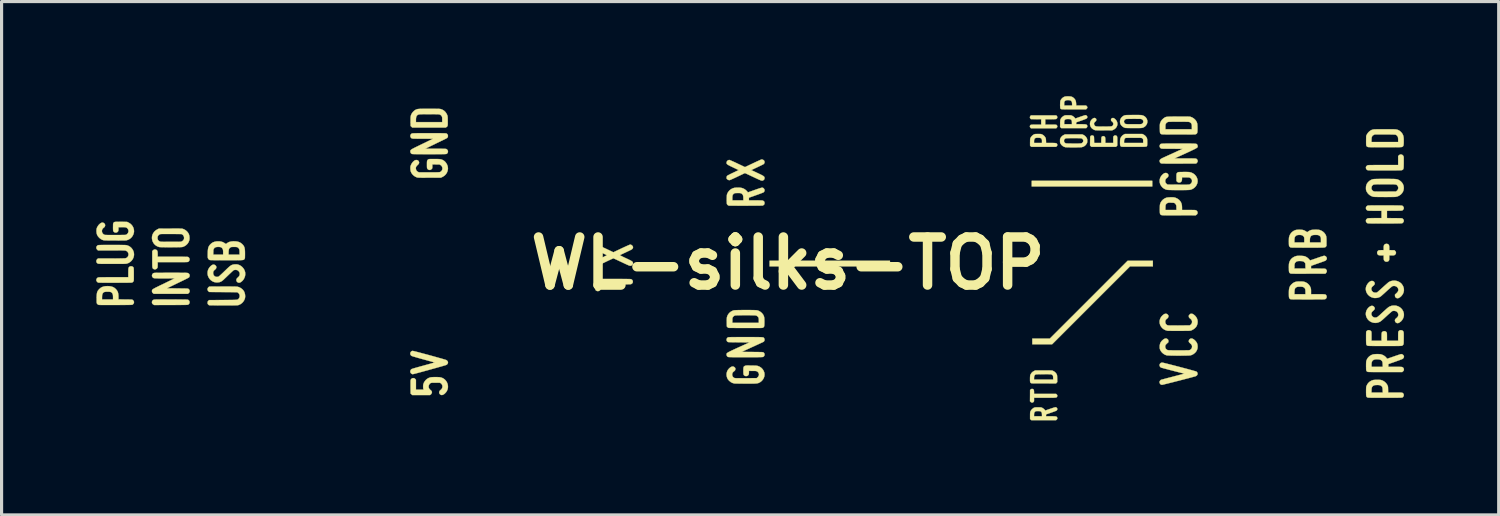
<source format=kicad_pcb>
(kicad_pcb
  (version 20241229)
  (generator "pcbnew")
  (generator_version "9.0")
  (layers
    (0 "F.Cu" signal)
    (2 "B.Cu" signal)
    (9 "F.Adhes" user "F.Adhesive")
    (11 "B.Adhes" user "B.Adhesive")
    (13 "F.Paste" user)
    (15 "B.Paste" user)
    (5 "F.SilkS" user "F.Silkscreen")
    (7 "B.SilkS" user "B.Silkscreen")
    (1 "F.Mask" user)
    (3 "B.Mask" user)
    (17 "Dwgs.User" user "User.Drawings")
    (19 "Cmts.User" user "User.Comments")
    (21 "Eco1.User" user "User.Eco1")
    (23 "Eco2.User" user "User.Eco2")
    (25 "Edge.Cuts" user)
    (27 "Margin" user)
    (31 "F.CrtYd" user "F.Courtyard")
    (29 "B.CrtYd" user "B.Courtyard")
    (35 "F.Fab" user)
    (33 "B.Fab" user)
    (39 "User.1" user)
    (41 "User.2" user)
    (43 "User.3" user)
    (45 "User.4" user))
  (footprint "WL-silks-TOP"
    (layer "F.Cu")
    (at 21.941 5.301)
    (property "Reference" "WL-silks-TOP" (at 0 0 0) (layer "F.SilkS") (effects (font (size 1.524 1.524) (thickness 0.3))))
    (attr through_hole)
    (fp_poly (pts (xy 3.235 0.098) (xy -0.582 0.098) (xy -0.582 -0.08) (xy 3.235 -0.08) (xy 3.235 0.098)) (stroke (width 0.01) (type solid)) (fill yes) (layer "F.SilkS"))
    (fp_poly (pts (xy 11.554 -2.438) (xy 7.731 -2.438) (xy 7.731 -2.616) (xy 11.554 -2.616) (xy 11.554 -2.438)) (stroke (width 0.01) (type solid)) (fill yes) (layer "F.SilkS"))
    (fp_poly (pts (xy 11.573 0.098) (xy 10.847 0.098) (xy 8.378 2.567) (xy 7.75 2.567) (xy 7.75 2.389) (xy 8.304 2.389) (xy 9.539 1.155) (xy 10.773 -0.08) (xy 11.573 -0.08) (xy 11.573 0.098)) (stroke (width 0.01) (type solid)) (fill yes) (layer "F.SilkS"))
    (fp_poly (pts (xy 7.771 3.989) (xy 7.786 3.999) (xy 7.796 4.015) (xy 7.802 4.038) (xy 7.805 4.07) (xy 7.805 4.086) (xy 7.805 4.141) (xy 8.502 4.141) (xy 8.521 4.157) (xy 8.538 4.178) (xy 8.544 4.201) (xy 8.538 4.226) (xy 8.537 4.227) (xy 8.533 4.234) (xy 8.529 4.241) (xy 8.524 4.246) (xy 8.517 4.251) (xy 8.507 4.255) (xy 8.493 4.258) (xy 8.474 4.26) (xy 8.45 4.261) (xy 8.419 4.263) (xy 8.38 4.263) (xy 8.332 4.264) (xy 8.275 4.264) (xy 8.207 4.264) (xy 8.148 4.264) (xy 7.805 4.264) (xy 7.805 4.323) (xy 7.805 4.35) (xy 7.804 4.368) (xy 7.801 4.38) (xy 7.796 4.389) (xy 7.789 4.398) (xy 7.787 4.399) (xy 7.764 4.414) (xy 7.74 4.418) (xy 7.715 4.41) (xy 7.697 4.396) (xy 7.676 4.375) (xy 7.678 4.196) (xy 7.679 4.018) (xy 7.699 4) (xy 7.723 3.985) (xy 7.749 3.983) (xy 7.771 3.989)) (stroke (width 0.01) (type solid)) (fill yes) (layer "F.SilkS"))
    (fp_poly (pts (xy 8.525 -4.674) (xy 8.54 -4.652) (xy 8.543 -4.628) (xy 8.535 -4.603) (xy 8.534 -4.602) (xy 8.522 -4.587) (xy 8.508 -4.577) (xy 8.506 -4.576) (xy 8.496 -4.575) (xy 8.475 -4.573) (xy 8.445 -4.572) (xy 8.408 -4.571) (xy 8.366 -4.57) (xy 8.325 -4.57) (xy 8.16 -4.57) (xy 8.16 -4.399) (xy 8.334 -4.399) (xy 8.384 -4.399) (xy 8.424 -4.399) (xy 8.455 -4.398) (xy 8.477 -4.397) (xy 8.493 -4.396) (xy 8.504 -4.395) (xy 8.512 -4.392) (xy 8.517 -4.389) (xy 8.521 -4.386) (xy 8.538 -4.364) (xy 8.544 -4.341) (xy 8.537 -4.317) (xy 8.523 -4.299) (xy 8.507 -4.282) (xy 7.709 -4.282) (xy 7.693 -4.297) (xy 7.677 -4.319) (xy 7.672 -4.343) (xy 7.676 -4.362) (xy 7.681 -4.372) (xy 7.687 -4.381) (xy 7.694 -4.387) (xy 7.706 -4.392) (xy 7.722 -4.395) (xy 7.745 -4.397) (xy 7.776 -4.398) (xy 7.816 -4.399) (xy 7.867 -4.399) (xy 7.872 -4.399) (xy 8.032 -4.399) (xy 8.032 -4.57) (xy 7.707 -4.573) (xy 7.69 -4.59) (xy 7.676 -4.612) (xy 7.673 -4.636) (xy 7.681 -4.66) (xy 7.69 -4.673) (xy 7.707 -4.69) (xy 8.509 -4.69) (xy 8.525 -4.674)) (stroke (width 0.01) (type solid)) (fill yes) (layer "F.SilkS"))
    (fp_poly (pts (xy -19.758 1.146) (xy -19.678 1.147) (xy -19.588 1.147) (xy -19.564 1.147) (xy -19.471 1.147) (xy -19.39 1.148) (xy -19.32 1.148) (xy -19.259 1.148) (xy -19.208 1.149) (xy -19.165 1.149) (xy -19.129 1.15) (xy -19.1 1.15) (xy -19.077 1.151) (xy -19.06 1.152) (xy -19.046 1.153) (xy -19.037 1.154) (xy -19.03 1.156) (xy -19.025 1.157) (xy -19.022 1.159) (xy -19.019 1.161) (xy -18.995 1.183) (xy -18.982 1.207) (xy -18.978 1.234) (xy -18.982 1.262) (xy -18.994 1.285) (xy -19.017 1.307) (xy -19.019 1.308) (xy -19.022 1.31) (xy -19.025 1.312) (xy -19.03 1.313) (xy -19.038 1.315) (xy -19.047 1.316) (xy -19.061 1.317) (xy -19.079 1.318) (xy -19.102 1.319) (xy -19.132 1.319) (xy -19.168 1.32) (xy -19.212 1.32) (xy -19.264 1.321) (xy -19.325 1.321) (xy -19.396 1.321) (xy -19.478 1.322) (xy -19.567 1.322) (xy -20.098 1.323) (xy -20.125 1.31) (xy -20.15 1.291) (xy -20.166 1.267) (xy -20.173 1.24) (xy -20.17 1.213) (xy -20.159 1.188) (xy -20.139 1.167) (xy -20.117 1.155) (xy -20.112 1.153) (xy -20.105 1.152) (xy -20.095 1.151) (xy -20.081 1.149) (xy -20.064 1.149) (xy -20.041 1.148) (xy -20.013 1.147) (xy -19.978 1.147) (xy -19.936 1.147) (xy -19.886 1.146) (xy -19.826 1.146) (xy -19.758 1.146)) (stroke (width 0.01) (type solid)) (fill yes) (layer "F.SilkS"))
    (fp_poly (pts (xy 10.4 -4.054) (xy 10.422 -4.043) (xy 10.433 -4.029) (xy 10.437 -4.022) (xy 10.44 -4.013) (xy 10.442 -4.002) (xy 10.444 -3.986) (xy 10.445 -3.963) (xy 10.445 -3.932) (xy 10.445 -3.892) (xy 10.445 -3.873) (xy 10.445 -3.736) (xy 10.404 -3.694) (xy 9.623 -3.694) (xy 9.581 -3.737) (xy 9.583 -3.881) (xy 9.584 -3.926) (xy 9.584 -3.962) (xy 9.585 -3.988) (xy 9.586 -4.006) (xy 9.588 -4.019) (xy 9.591 -4.028) (xy 9.594 -4.033) (xy 9.597 -4.037) (xy 9.619 -4.051) (xy 9.645 -4.057) (xy 9.671 -4.053) (xy 9.692 -4.04) (xy 9.696 -4.037) (xy 9.7 -4.031) (xy 9.703 -4.023) (xy 9.705 -4.01) (xy 9.707 -3.992) (xy 9.708 -3.966) (xy 9.709 -3.929) (xy 9.709 -3.92) (xy 9.711 -3.817) (xy 9.936 -3.817) (xy 9.938 -3.908) (xy 9.939 -3.947) (xy 9.941 -3.976) (xy 9.945 -3.997) (xy 9.951 -4.011) (xy 9.959 -4.02) (xy 9.972 -4.027) (xy 9.984 -4.031) (xy 10 -4.035) (xy 10.015 -4.032) (xy 10.027 -4.027) (xy 10.041 -4.019) (xy 10.051 -4.01) (xy 10.058 -3.996) (xy 10.062 -3.978) (xy 10.065 -3.952) (xy 10.066 -3.916) (xy 10.066 -3.901) (xy 10.066 -3.817) (xy 10.317 -3.817) (xy 10.317 -3.917) (xy 10.317 -3.955) (xy 10.317 -3.982) (xy 10.318 -4.001) (xy 10.32 -4.014) (xy 10.323 -4.023) (xy 10.327 -4.03) (xy 10.331 -4.034) (xy 10.352 -4.05) (xy 10.376 -4.057) (xy 10.4 -4.054)) (stroke (width 0.01) (type solid)) (fill yes) (layer "F.SilkS"))
    (fp_poly (pts (xy 19.004 -0.616) (xy 19.025 -0.61) (xy 19.043 -0.599) (xy 19.056 -0.585) (xy 19.064 -0.567) (xy 19.069 -0.541) (xy 19.071 -0.507) (xy 19.071 -0.488) (xy 19.071 -0.418) (xy 19.154 -0.416) (xy 19.237 -0.414) (xy 19.259 -0.391) (xy 19.277 -0.365) (xy 19.285 -0.338) (xy 19.281 -0.31) (xy 19.266 -0.284) (xy 19.242 -0.263) (xy 19.231 -0.258) (xy 19.219 -0.255) (xy 19.202 -0.252) (xy 19.178 -0.251) (xy 19.146 -0.251) (xy 19.071 -0.251) (xy 19.071 -0.179) (xy 19.071 -0.147) (xy 19.07 -0.124) (xy 19.068 -0.108) (xy 19.064 -0.096) (xy 19.059 -0.087) (xy 19.04 -0.066) (xy 19.014 -0.054) (xy 18.984 -0.05) (xy 18.953 -0.055) (xy 18.945 -0.058) (xy 18.929 -0.068) (xy 18.914 -0.084) (xy 18.912 -0.087) (xy 18.905 -0.097) (xy 18.901 -0.108) (xy 18.898 -0.122) (xy 18.896 -0.143) (xy 18.895 -0.173) (xy 18.895 -0.179) (xy 18.893 -0.251) (xy 18.822 -0.251) (xy 18.787 -0.252) (xy 18.761 -0.254) (xy 18.742 -0.257) (xy 18.73 -0.261) (xy 18.707 -0.278) (xy 18.692 -0.302) (xy 18.686 -0.328) (xy 18.688 -0.356) (xy 18.7 -0.381) (xy 18.72 -0.402) (xy 18.724 -0.405) (xy 18.734 -0.41) (xy 18.747 -0.413) (xy 18.764 -0.415) (xy 18.788 -0.416) (xy 18.819 -0.417) (xy 18.894 -0.417) (xy 18.894 -0.484) (xy 18.894 -0.52) (xy 18.897 -0.547) (xy 18.902 -0.566) (xy 18.91 -0.582) (xy 18.923 -0.596) (xy 18.927 -0.6) (xy 18.948 -0.612) (xy 18.975 -0.618) (xy 19.004 -0.616)) (stroke (width 0.01) (type solid)) (fill yes) (layer "F.SilkS"))
    (fp_poly (pts (xy -20.043 -0.432) (xy -20.024 -0.422) (xy -20.011 -0.409) (xy -20.002 -0.395) (xy -19.996 -0.376) (xy -19.992 -0.35) (xy -19.991 -0.315) (xy -19.99 -0.288) (xy -19.99 -0.208) (xy -19.515 -0.208) (xy -19.426 -0.208) (xy -19.349 -0.208) (xy -19.282 -0.208) (xy -19.225 -0.208) (xy -19.176 -0.207) (xy -19.137 -0.207) (xy -19.104 -0.206) (xy -19.079 -0.206) (xy -19.059 -0.205) (xy -19.044 -0.204) (xy -19.034 -0.202) (xy -19.027 -0.201) (xy -19.023 -0.199) (xy -18.999 -0.181) (xy -18.984 -0.157) (xy -18.978 -0.129) (xy -18.981 -0.101) (xy -18.992 -0.075) (xy -19.013 -0.054) (xy -19.022 -0.048) (xy -19.027 -0.046) (xy -19.032 -0.044) (xy -19.039 -0.043) (xy -19.049 -0.041) (xy -19.062 -0.04) (xy -19.08 -0.039) (xy -19.103 -0.039) (xy -19.132 -0.038) (xy -19.167 -0.038) (xy -19.21 -0.037) (xy -19.262 -0.037) (xy -19.323 -0.037) (xy -19.395 -0.037) (xy -19.477 -0.037) (xy -19.517 -0.037) (xy -19.99 -0.037) (xy -19.99 0.045) (xy -19.991 0.08) (xy -19.992 0.105) (xy -19.994 0.123) (xy -19.997 0.136) (xy -20.002 0.147) (xy -20.021 0.171) (xy -20.047 0.186) (xy -20.077 0.193) (xy -20.094 0.191) (xy -20.11 0.186) (xy -20.127 0.177) (xy -20.135 0.171) (xy -20.142 0.164) (xy -20.147 0.157) (xy -20.152 0.148) (xy -20.155 0.135) (xy -20.158 0.118) (xy -20.16 0.094) (xy -20.161 0.064) (xy -20.161 0.027) (xy -20.162 -0.021) (xy -20.162 -0.078) (xy -20.162 -0.129) (xy -20.162 -0.387) (xy -20.139 -0.411) (xy -20.122 -0.425) (xy -20.106 -0.435) (xy -20.099 -0.438) (xy -20.071 -0.44) (xy -20.043 -0.432)) (stroke (width 0.01) (type solid)) (fill yes) (layer "F.SilkS"))
    (fp_poly (pts (xy 19.48 -3.442) (xy 19.503 -3.425) (xy 19.52 -3.401) (xy 19.528 -3.374) (xy 19.529 -3.361) (xy 19.53 -3.338) (xy 19.53 -3.306) (xy 19.53 -3.268) (xy 19.53 -3.225) (xy 19.53 -3.18) (xy 19.529 -3.125) (xy 19.528 -3.081) (xy 19.527 -3.047) (xy 19.524 -3.021) (xy 19.52 -3.002) (xy 19.515 -2.987) (xy 19.508 -2.977) (xy 19.499 -2.969) (xy 19.488 -2.962) (xy 19.482 -2.959) (xy 19.478 -2.957) (xy 19.473 -2.955) (xy 19.466 -2.953) (xy 19.458 -2.952) (xy 19.447 -2.951) (xy 19.432 -2.95) (xy 19.412 -2.949) (xy 19.388 -2.948) (xy 19.357 -2.948) (xy 19.319 -2.948) (xy 19.274 -2.947) (xy 19.22 -2.947) (xy 19.157 -2.947) (xy 19.084 -2.947) (xy 19 -2.947) (xy 18.926 -2.947) (xy 18.833 -2.947) (xy 18.752 -2.947) (xy 18.681 -2.947) (xy 18.62 -2.947) (xy 18.568 -2.947) (xy 18.525 -2.948) (xy 18.489 -2.948) (xy 18.46 -2.949) (xy 18.436 -2.949) (xy 18.418 -2.95) (xy 18.404 -2.951) (xy 18.394 -2.952) (xy 18.387 -2.954) (xy 18.381 -2.956) (xy 18.377 -2.958) (xy 18.372 -2.96) (xy 18.372 -2.96) (xy 18.348 -2.98) (xy 18.334 -3.006) (xy 18.33 -3.035) (xy 18.332 -3.056) (xy 18.339 -3.071) (xy 18.35 -3.085) (xy 18.374 -3.104) (xy 18.394 -3.112) (xy 18.405 -3.113) (xy 18.426 -3.114) (xy 18.458 -3.115) (xy 18.499 -3.116) (xy 18.549 -3.116) (xy 18.606 -3.117) (xy 18.67 -3.118) (xy 18.74 -3.118) (xy 18.814 -3.118) (xy 18.886 -3.118) (xy 19.353 -3.118) (xy 19.353 -3.4) (xy 19.372 -3.421) (xy 19.397 -3.441) (xy 19.424 -3.451) (xy 19.453 -3.451) (xy 19.48 -3.442)) (stroke (width 0.01) (type solid)) (fill yes) (layer "F.SilkS"))
    (fp_poly (pts (xy 8.933 -5.294) (xy 8.971 -5.29) (xy 9.002 -5.282) (xy 9.029 -5.269) (xy 9.055 -5.25) (xy 9.069 -5.238) (xy 9.097 -5.208) (xy 9.117 -5.176) (xy 9.13 -5.138) (xy 9.137 -5.093) (xy 9.139 -5.069) (xy 9.142 -5.005) (xy 9.454 -5.005) (xy 9.475 -4.984) (xy 9.49 -4.966) (xy 9.496 -4.948) (xy 9.496 -4.944) (xy 9.492 -4.926) (xy 9.479 -4.908) (xy 9.475 -4.904) (xy 9.454 -4.883) (xy 9.066 -4.883) (xy 8.986 -4.883) (xy 8.917 -4.883) (xy 8.859 -4.883) (xy 8.81 -4.884) (xy 8.77 -4.884) (xy 8.738 -4.885) (xy 8.713 -4.886) (xy 8.693 -4.887) (xy 8.68 -4.888) (xy 8.67 -4.89) (xy 8.664 -4.891) (xy 8.661 -4.892) (xy 8.647 -4.903) (xy 8.638 -4.913) (xy 8.636 -4.924) (xy 8.634 -4.944) (xy 8.633 -4.972) (xy 8.632 -5.004) (xy 8.632 -5.038) (xy 8.633 -5.063) (xy 8.761 -5.063) (xy 8.761 -5.005) (xy 9.012 -5.005) (xy 9.012 -5.051) (xy 9.009 -5.093) (xy 9.001 -5.125) (xy 8.985 -5.148) (xy 8.961 -5.164) (xy 8.928 -5.173) (xy 8.899 -5.176) (xy 8.858 -5.176) (xy 8.826 -5.171) (xy 8.801 -5.161) (xy 8.782 -5.145) (xy 8.78 -5.143) (xy 8.771 -5.132) (xy 8.765 -5.122) (xy 8.762 -5.11) (xy 8.761 -5.093) (xy 8.761 -5.067) (xy 8.761 -5.063) (xy 8.633 -5.063) (xy 8.633 -5.072) (xy 8.634 -5.102) (xy 8.636 -5.128) (xy 8.638 -5.145) (xy 8.638 -5.147) (xy 8.651 -5.178) (xy 8.673 -5.21) (xy 8.699 -5.239) (xy 8.715 -5.252) (xy 8.74 -5.269) (xy 8.764 -5.281) (xy 8.791 -5.289) (xy 8.823 -5.294) (xy 8.863 -5.295) (xy 8.886 -5.296) (xy 8.933 -5.294)) (stroke (width 0.01) (type solid)) (fill yes) (layer "F.SilkS"))
    (fp_poly (pts (xy -5.999 0.286) (xy -5.973 0.299) (xy -5.955 0.318) (xy -5.95 0.327) (xy -5.946 0.337) (xy -5.944 0.35) (xy -5.943 0.371) (xy -5.943 0.4) (xy -5.943 0.416) (xy -5.943 0.496) (xy -5.468 0.496) (xy -5.377 0.496) (xy -5.298 0.496) (xy -5.23 0.497) (xy -5.171 0.497) (xy -5.122 0.497) (xy -5.082 0.498) (xy -5.049 0.499) (xy -5.023 0.499) (xy -5.003 0.5) (xy -4.988 0.502) (xy -4.979 0.503) (xy -4.973 0.505) (xy -4.973 0.505) (xy -4.946 0.521) (xy -4.928 0.544) (xy -4.92 0.571) (xy -4.92 0.599) (xy -4.932 0.625) (xy -4.938 0.634) (xy -4.956 0.649) (xy -4.975 0.66) (xy -4.98 0.661) (xy -4.991 0.663) (xy -5.013 0.664) (xy -5.048 0.665) (xy -5.093 0.666) (xy -5.15 0.666) (xy -5.217 0.667) (xy -5.294 0.667) (xy -5.381 0.668) (xy -5.472 0.668) (xy -5.943 0.668) (xy -5.943 0.745) (xy -5.943 0.784) (xy -5.946 0.813) (xy -5.95 0.835) (xy -5.958 0.85) (xy -5.97 0.862) (xy -5.981 0.87) (xy -6.004 0.879) (xy -6.028 0.882) (xy -6.055 0.879) (xy -6.076 0.87) (xy -6.085 0.864) (xy -6.092 0.858) (xy -6.099 0.851) (xy -6.104 0.842) (xy -6.107 0.828) (xy -6.11 0.81) (xy -6.112 0.787) (xy -6.113 0.756) (xy -6.114 0.716) (xy -6.114 0.668) (xy -6.114 0.608) (xy -6.114 0.581) (xy -6.114 0.52) (xy -6.114 0.47) (xy -6.114 0.43) (xy -6.113 0.399) (xy -6.112 0.375) (xy -6.111 0.357) (xy -6.11 0.344) (xy -6.108 0.334) (xy -6.106 0.327) (xy -6.103 0.322) (xy -6.102 0.32) (xy -6.082 0.299) (xy -6.057 0.286) (xy -6.028 0.281) (xy -5.999 0.286)) (stroke (width 0.01) (type solid)) (fill yes) (layer "F.SilkS"))
    (fp_poly (pts (xy 7.968 -4.102) (xy 7.995 -4.101) (xy 8.015 -4.1) (xy 8.03 -4.098) (xy 8.043 -4.094) (xy 8.056 -4.089) (xy 8.064 -4.085) (xy 8.101 -4.062) (xy 8.135 -4.031) (xy 8.161 -3.995) (xy 8.167 -3.984) (xy 8.174 -3.968) (xy 8.178 -3.95) (xy 8.181 -3.928) (xy 8.183 -3.897) (xy 8.184 -3.886) (xy 8.186 -3.817) (xy 8.339 -3.817) (xy 8.391 -3.817) (xy 8.432 -3.816) (xy 8.463 -3.815) (xy 8.487 -3.812) (xy 8.505 -3.809) (xy 8.517 -3.804) (xy 8.526 -3.797) (xy 8.533 -3.788) (xy 8.537 -3.779) (xy 8.544 -3.755) (xy 8.539 -3.732) (xy 8.522 -3.71) (xy 8.521 -3.71) (xy 8.502 -3.694) (xy 7.719 -3.694) (xy 7.699 -3.712) (xy 7.679 -3.73) (xy 7.679 -3.839) (xy 7.68 -3.866) (xy 7.805 -3.866) (xy 7.805 -3.817) (xy 8.056 -3.817) (xy 8.056 -3.87) (xy 8.056 -3.9) (xy 8.053 -3.92) (xy 8.049 -3.935) (xy 8.044 -3.944) (xy 8.032 -3.959) (xy 8.018 -3.97) (xy 7.999 -3.977) (xy 7.972 -3.981) (xy 7.936 -3.982) (xy 7.93 -3.982) (xy 7.899 -3.982) (xy 7.877 -3.98) (xy 7.862 -3.978) (xy 7.85 -3.973) (xy 7.845 -3.97) (xy 7.826 -3.954) (xy 7.814 -3.933) (xy 7.807 -3.905) (xy 7.805 -3.867) (xy 7.805 -3.866) (xy 7.68 -3.866) (xy 7.68 -3.879) (xy 7.68 -3.909) (xy 7.681 -3.931) (xy 7.683 -3.947) (xy 7.686 -3.96) (xy 7.69 -3.971) (xy 7.693 -3.977) (xy 7.713 -4.011) (xy 7.742 -4.043) (xy 7.775 -4.071) (xy 7.798 -4.085) (xy 7.812 -4.091) (xy 7.824 -4.096) (xy 7.837 -4.099) (xy 7.853 -4.1) (xy 7.875 -4.101) (xy 7.906 -4.102) (xy 7.931 -4.102) (xy 7.968 -4.102)) (stroke (width 0.01) (type solid)) (fill yes) (layer "F.SilkS"))
    (fp_poly (pts (xy -20.813 0.095) (xy -20.789 0.104) (xy -20.778 0.11) (xy -20.769 0.117) (xy -20.762 0.125) (xy -20.757 0.135) (xy -20.753 0.149) (xy -20.75 0.167) (xy -20.749 0.192) (xy -20.748 0.225) (xy -20.747 0.266) (xy -20.747 0.318) (xy -20.747 0.353) (xy -20.747 0.408) (xy -20.747 0.453) (xy -20.747 0.488) (xy -20.748 0.514) (xy -20.749 0.534) (xy -20.75 0.548) (xy -20.752 0.558) (xy -20.755 0.565) (xy -20.758 0.571) (xy -20.76 0.574) (xy -20.774 0.59) (xy -20.789 0.603) (xy -20.792 0.605) (xy -20.796 0.607) (xy -20.801 0.609) (xy -20.808 0.61) (xy -20.818 0.612) (xy -20.832 0.613) (xy -20.85 0.614) (xy -20.873 0.614) (xy -20.903 0.615) (xy -20.939 0.615) (xy -20.983 0.616) (xy -21.035 0.616) (xy -21.096 0.616) (xy -21.168 0.616) (xy -21.25 0.617) (xy -21.331 0.617) (xy -21.418 0.617) (xy -21.5 0.617) (xy -21.576 0.617) (xy -21.645 0.616) (xy -21.706 0.616) (xy -21.759 0.615) (xy -21.803 0.615) (xy -21.838 0.614) (xy -21.861 0.613) (xy -21.874 0.612) (xy -21.875 0.612) (xy -21.896 0.601) (xy -21.915 0.582) (xy -21.93 0.559) (xy -21.936 0.543) (xy -21.935 0.515) (xy -21.925 0.488) (xy -21.906 0.465) (xy -21.888 0.453) (xy -21.883 0.451) (xy -21.877 0.449) (xy -21.87 0.448) (xy -21.86 0.446) (xy -21.847 0.445) (xy -21.83 0.444) (xy -21.808 0.443) (xy -21.78 0.443) (xy -21.746 0.442) (xy -21.704 0.442) (xy -21.654 0.442) (xy -21.594 0.441) (xy -21.525 0.441) (xy -21.444 0.441) (xy -21.392 0.441) (xy -20.922 0.441) (xy -20.922 0.303) (xy -20.921 0.254) (xy -20.921 0.215) (xy -20.919 0.185) (xy -20.917 0.162) (xy -20.913 0.145) (xy -20.907 0.132) (xy -20.9 0.122) (xy -20.89 0.112) (xy -20.889 0.111) (xy -20.867 0.098) (xy -20.84 0.093) (xy -20.813 0.095)) (stroke (width 0.01) (type solid)) (fill yes) (layer "F.SilkS"))
    (fp_poly (pts (xy 9.755 -4.599) (xy 9.773 -4.582) (xy 9.781 -4.561) (xy 9.78 -4.538) (xy 9.768 -4.515) (xy 9.747 -4.494) (xy 9.744 -4.492) (xy 9.725 -4.473) (xy 9.713 -4.451) (xy 9.707 -4.433) (xy 9.705 -4.421) (xy 9.709 -4.407) (xy 9.714 -4.394) (xy 9.725 -4.373) (xy 9.739 -4.359) (xy 9.753 -4.351) (xy 9.76 -4.348) (xy 9.768 -4.345) (xy 9.776 -4.343) (xy 9.788 -4.341) (xy 9.803 -4.34) (xy 9.823 -4.339) (xy 9.85 -4.338) (xy 9.885 -4.338) (xy 9.928 -4.338) (xy 9.982 -4.337) (xy 10.012 -4.337) (xy 10.076 -4.338) (xy 10.129 -4.338) (xy 10.173 -4.339) (xy 10.208 -4.34) (xy 10.235 -4.342) (xy 10.255 -4.344) (xy 10.271 -4.348) (xy 10.283 -4.353) (xy 10.291 -4.359) (xy 10.299 -4.366) (xy 10.304 -4.373) (xy 10.317 -4.401) (xy 10.319 -4.431) (xy 10.311 -4.46) (xy 10.293 -4.484) (xy 10.279 -4.496) (xy 10.257 -4.515) (xy 10.246 -4.537) (xy 10.245 -4.56) (xy 10.253 -4.581) (xy 10.271 -4.599) (xy 10.289 -4.607) (xy 10.311 -4.61) (xy 10.335 -4.603) (xy 10.362 -4.586) (xy 10.381 -4.57) (xy 10.414 -4.532) (xy 10.436 -4.49) (xy 10.448 -4.447) (xy 10.449 -4.404) (xy 10.439 -4.361) (xy 10.42 -4.321) (xy 10.391 -4.284) (xy 10.352 -4.253) (xy 10.323 -4.237) (xy 10.283 -4.218) (xy 10.029 -4.217) (xy 9.973 -4.217) (xy 9.921 -4.217) (xy 9.872 -4.217) (xy 9.83 -4.218) (xy 9.795 -4.219) (xy 9.769 -4.22) (xy 9.753 -4.221) (xy 9.749 -4.221) (xy 9.712 -4.233) (xy 9.675 -4.253) (xy 9.642 -4.278) (xy 9.636 -4.283) (xy 9.607 -4.32) (xy 9.588 -4.362) (xy 9.579 -4.406) (xy 9.58 -4.452) (xy 9.591 -4.495) (xy 9.595 -4.503) (xy 9.612 -4.533) (xy 9.635 -4.561) (xy 9.66 -4.584) (xy 9.686 -4.601) (xy 9.711 -4.61) (xy 9.729 -4.61) (xy 9.755 -4.599)) (stroke (width 0.01) (type solid)) (fill yes) (layer "F.SilkS"))
    (fp_poly (pts (xy 9.458 -4.693) (xy 9.479 -4.678) (xy 9.492 -4.656) (xy 9.496 -4.635) (xy 9.492 -4.621) (xy 9.483 -4.604) (xy 9.481 -4.602) (xy 9.475 -4.596) (xy 9.465 -4.59) (xy 9.451 -4.583) (xy 9.431 -4.574) (xy 9.404 -4.564) (xy 9.368 -4.55) (xy 9.322 -4.534) (xy 9.303 -4.527) (xy 9.141 -4.471) (xy 9.141 -4.411) (xy 9.288 -4.411) (xy 9.34 -4.411) (xy 9.381 -4.41) (xy 9.413 -4.409) (xy 9.437 -4.406) (xy 9.454 -4.403) (xy 9.467 -4.397) (xy 9.477 -4.391) (xy 9.484 -4.382) (xy 9.486 -4.38) (xy 9.495 -4.356) (xy 9.494 -4.332) (xy 9.481 -4.31) (xy 9.478 -4.306) (xy 9.46 -4.288) (xy 8.668 -4.288) (xy 8.65 -4.307) (xy 8.631 -4.325) (xy 8.633 -4.411) (xy 8.761 -4.411) (xy 9.006 -4.411) (xy 9.006 -4.465) (xy 9.004 -4.503) (xy 8.997 -4.532) (xy 8.983 -4.553) (xy 8.963 -4.566) (xy 8.933 -4.574) (xy 8.893 -4.576) (xy 8.883 -4.576) (xy 8.841 -4.575) (xy 8.809 -4.568) (xy 8.787 -4.556) (xy 8.772 -4.537) (xy 8.764 -4.51) (xy 8.761 -4.473) (xy 8.761 -4.465) (xy 8.761 -4.411) (xy 8.633 -4.411) (xy 8.633 -4.437) (xy 8.634 -4.477) (xy 8.635 -4.507) (xy 8.636 -4.53) (xy 8.639 -4.546) (xy 8.642 -4.559) (xy 8.646 -4.57) (xy 8.65 -4.578) (xy 8.673 -4.614) (xy 8.705 -4.646) (xy 8.742 -4.672) (xy 8.753 -4.679) (xy 8.767 -4.685) (xy 8.779 -4.69) (xy 8.793 -4.693) (xy 8.809 -4.695) (xy 8.831 -4.696) (xy 8.862 -4.696) (xy 8.883 -4.696) (xy 8.92 -4.696) (xy 8.948 -4.695) (xy 8.968 -4.694) (xy 8.983 -4.691) (xy 8.996 -4.687) (xy 9.008 -4.682) (xy 9.046 -4.661) (xy 9.078 -4.634) (xy 9.098 -4.612) (xy 9.112 -4.591) (xy 9.265 -4.645) (xy 9.307 -4.659) (xy 9.345 -4.672) (xy 9.379 -4.683) (xy 9.406 -4.692) (xy 9.424 -4.697) (xy 9.433 -4.699) (xy 9.458 -4.693)) (stroke (width 0.01) (type solid)) (fill yes) (layer "F.SilkS"))
    (fp_poly (pts (xy 11.276 -4.084) (xy 11.313 -4.061) (xy 11.346 -4.03) (xy 11.372 -3.995) (xy 11.383 -3.972) (xy 11.387 -3.958) (xy 11.391 -3.943) (xy 11.393 -3.925) (xy 11.394 -3.901) (xy 11.395 -3.869) (xy 11.395 -3.838) (xy 11.395 -3.801) (xy 11.394 -3.769) (xy 11.392 -3.744) (xy 11.39 -3.729) (xy 11.389 -3.725) (xy 11.385 -3.719) (xy 11.382 -3.713) (xy 11.377 -3.709) (xy 11.37 -3.705) (xy 11.36 -3.702) (xy 11.345 -3.7) (xy 11.326 -3.698) (xy 11.302 -3.697) (xy 11.27 -3.696) (xy 11.231 -3.695) (xy 11.184 -3.695) (xy 11.127 -3.694) (xy 11.06 -3.694) (xy 10.982 -3.694) (xy 10.961 -3.694) (xy 10.883 -3.694) (xy 10.816 -3.694) (xy 10.76 -3.694) (xy 10.712 -3.695) (xy 10.674 -3.695) (xy 10.643 -3.695) (xy 10.619 -3.696) (xy 10.6 -3.697) (xy 10.587 -3.698) (xy 10.577 -3.699) (xy 10.57 -3.701) (xy 10.565 -3.703) (xy 10.562 -3.705) (xy 10.56 -3.707) (xy 10.549 -3.717) (xy 10.541 -3.731) (xy 10.536 -3.75) (xy 10.533 -3.775) (xy 10.532 -3.809) (xy 10.532 -3.853) (xy 10.533 -3.863) (xy 10.66 -3.863) (xy 10.66 -3.817) (xy 11.266 -3.817) (xy 11.266 -3.874) (xy 11.266 -3.902) (xy 11.265 -3.921) (xy 11.262 -3.933) (xy 11.257 -3.943) (xy 11.251 -3.95) (xy 11.244 -3.958) (xy 11.238 -3.964) (xy 11.229 -3.97) (xy 11.219 -3.974) (xy 11.205 -3.977) (xy 11.186 -3.979) (xy 11.161 -3.98) (xy 11.129 -3.981) (xy 11.089 -3.981) (xy 11.039 -3.981) (xy 10.978 -3.981) (xy 10.956 -3.981) (xy 10.71 -3.979) (xy 10.693 -3.964) (xy 10.676 -3.943) (xy 10.666 -3.919) (xy 10.661 -3.887) (xy 10.66 -3.863) (xy 10.533 -3.863) (xy 10.533 -3.889) (xy 10.535 -3.915) (xy 10.537 -3.934) (xy 10.54 -3.949) (xy 10.545 -3.963) (xy 10.552 -3.978) (xy 10.555 -3.984) (xy 10.583 -4.028) (xy 10.62 -4.064) (xy 10.659 -4.087) (xy 10.687 -4.102) (xy 11.239 -4.102) (xy 11.276 -4.084)) (stroke (width 0.01) (type solid)) (fill yes) (layer "F.SilkS"))
    (fp_poly (pts (xy 8.172 3.397) (xy 8.225 3.397) (xy 8.268 3.397) (xy 8.302 3.398) (xy 8.329 3.398) (xy 8.35 3.399) (xy 8.366 3.401) (xy 8.378 3.402) (xy 8.388 3.404) (xy 8.396 3.407) (xy 8.404 3.41) (xy 8.405 3.411) (xy 8.444 3.432) (xy 8.48 3.461) (xy 8.508 3.495) (xy 8.52 3.515) (xy 8.526 3.528) (xy 8.531 3.54) (xy 8.534 3.553) (xy 8.536 3.569) (xy 8.537 3.591) (xy 8.538 3.621) (xy 8.539 3.658) (xy 8.541 3.766) (xy 8.504 3.808) (xy 8.119 3.809) (xy 8.039 3.809) (xy 7.97 3.809) (xy 7.911 3.809) (xy 7.862 3.809) (xy 7.822 3.809) (xy 7.789 3.808) (xy 7.764 3.807) (xy 7.745 3.806) (xy 7.731 3.805) (xy 7.721 3.804) (xy 7.715 3.802) (xy 7.715 3.802) (xy 7.701 3.794) (xy 7.691 3.784) (xy 7.684 3.771) (xy 7.68 3.751) (xy 7.677 3.724) (xy 7.677 3.688) (xy 7.805 3.688) (xy 8.413 3.688) (xy 8.411 3.627) (xy 8.409 3.599) (xy 8.408 3.58) (xy 8.405 3.567) (xy 8.4 3.558) (xy 8.392 3.549) (xy 8.39 3.547) (xy 8.373 3.533) (xy 8.354 3.523) (xy 8.351 3.522) (xy 8.338 3.52) (xy 8.313 3.519) (xy 8.277 3.518) (xy 8.231 3.517) (xy 8.174 3.517) (xy 8.108 3.518) (xy 8.095 3.518) (xy 8.035 3.518) (xy 7.986 3.519) (xy 7.947 3.519) (xy 7.917 3.52) (xy 7.894 3.521) (xy 7.877 3.522) (xy 7.865 3.524) (xy 7.856 3.526) (xy 7.85 3.528) (xy 7.845 3.531) (xy 7.844 3.532) (xy 7.825 3.55) (xy 7.813 3.573) (xy 7.807 3.602) (xy 7.805 3.638) (xy 7.805 3.688) (xy 7.677 3.688) (xy 7.677 3.688) (xy 7.677 3.655) (xy 7.678 3.617) (xy 7.68 3.589) (xy 7.681 3.569) (xy 7.684 3.553) (xy 7.688 3.54) (xy 7.694 3.526) (xy 7.696 3.522) (xy 7.722 3.48) (xy 7.758 3.444) (xy 7.804 3.417) (xy 7.804 3.416) (xy 7.845 3.397) (xy 8.108 3.397) (xy 8.172 3.397)) (stroke (width 0.01) (type solid)) (fill yes) (layer "F.SilkS"))
    (fp_poly (pts (xy -17.678 0.736) (xy -17.616 0.737) (xy -17.566 0.737) (xy -17.526 0.738) (xy -17.495 0.739) (xy -17.474 0.741) (xy -17.464 0.742) (xy -17.413 0.756) (xy -17.364 0.78) (xy -17.319 0.811) (xy -17.28 0.849) (xy -17.251 0.892) (xy -17.251 0.892) (xy -17.231 0.94) (xy -17.219 0.993) (xy -17.215 1.047) (xy -17.22 1.098) (xy -17.223 1.112) (xy -17.244 1.166) (xy -17.275 1.216) (xy -17.314 1.259) (xy -17.361 1.294) (xy -17.413 1.319) (xy -17.438 1.327) (xy -17.446 1.329) (xy -17.459 1.33) (xy -17.476 1.331) (xy -17.499 1.332) (xy -17.528 1.333) (xy -17.565 1.334) (xy -17.609 1.334) (xy -17.662 1.335) (xy -17.725 1.335) (xy -17.798 1.335) (xy -17.883 1.335) (xy -17.907 1.335) (xy -17.98 1.335) (xy -18.049 1.335) (xy -18.114 1.334) (xy -18.173 1.334) (xy -18.225 1.333) (xy -18.271 1.333) (xy -18.308 1.332) (xy -18.335 1.331) (xy -18.352 1.33) (xy -18.358 1.33) (xy -18.37 1.322) (xy -18.384 1.309) (xy -18.388 1.305) (xy -18.399 1.292) (xy -18.405 1.28) (xy -18.407 1.262) (xy -18.407 1.249) (xy -18.406 1.228) (xy -18.403 1.214) (xy -18.395 1.202) (xy -18.384 1.19) (xy -18.361 1.167) (xy -17.918 1.164) (xy -17.832 1.163) (xy -17.757 1.163) (xy -17.693 1.162) (xy -17.638 1.162) (xy -17.592 1.161) (xy -17.554 1.16) (xy -17.524 1.159) (xy -17.499 1.157) (xy -17.479 1.155) (xy -17.464 1.152) (xy -17.453 1.148) (xy -17.444 1.144) (xy -17.437 1.139) (xy -17.431 1.133) (xy -17.425 1.127) (xy -17.419 1.119) (xy -17.418 1.118) (xy -17.399 1.088) (xy -17.39 1.053) (xy -17.39 1.018) (xy -17.4 0.984) (xy -17.419 0.953) (xy -17.443 0.933) (xy -17.468 0.916) (xy -17.91 0.913) (xy -18.352 0.91) (xy -18.372 0.896) (xy -18.395 0.872) (xy -18.408 0.843) (xy -18.41 0.824) (xy -18.404 0.793) (xy -18.387 0.766) (xy -18.372 0.752) (xy -18.352 0.738) (xy -17.929 0.736) (xy -17.833 0.736) (xy -17.75 0.736) (xy -17.678 0.736)) (stroke (width 0.01) (type solid)) (fill yes) (layer "F.SilkS"))
    (fp_poly (pts (xy 8.506 4.568) (xy 8.523 4.581) (xy 8.539 4.602) (xy 8.544 4.622) (xy 8.538 4.643) (xy 8.537 4.646) (xy 8.533 4.654) (xy 8.528 4.661) (xy 8.52 4.667) (xy 8.51 4.674) (xy 8.494 4.682) (xy 8.472 4.691) (xy 8.444 4.701) (xy 8.406 4.715) (xy 8.359 4.731) (xy 8.33 4.742) (xy 8.185 4.792) (xy 8.185 4.852) (xy 8.338 4.852) (xy 8.39 4.852) (xy 8.431 4.853) (xy 8.463 4.854) (xy 8.487 4.856) (xy 8.504 4.86) (xy 8.517 4.865) (xy 8.526 4.872) (xy 8.533 4.881) (xy 8.537 4.889) (xy 8.544 4.914) (xy 8.539 4.937) (xy 8.522 4.958) (xy 8.521 4.959) (xy 8.502 4.975) (xy 7.719 4.975) (xy 7.699 4.957) (xy 7.679 4.939) (xy 7.679 4.83) (xy 7.679 4.802) (xy 7.805 4.802) (xy 7.805 4.852) (xy 8.056 4.852) (xy 8.056 4.803) (xy 8.054 4.764) (xy 8.048 4.735) (xy 8.036 4.714) (xy 8.018 4.699) (xy 8.018 4.699) (xy 8.007 4.693) (xy 7.994 4.69) (xy 7.976 4.688) (xy 7.95 4.687) (xy 7.931 4.687) (xy 7.9 4.687) (xy 7.878 4.688) (xy 7.863 4.691) (xy 7.851 4.696) (xy 7.845 4.699) (xy 7.826 4.715) (xy 7.814 4.735) (xy 7.807 4.764) (xy 7.805 4.802) (xy 7.805 4.802) (xy 7.679 4.802) (xy 7.679 4.79) (xy 7.68 4.761) (xy 7.681 4.74) (xy 7.683 4.724) (xy 7.685 4.712) (xy 7.69 4.7) (xy 7.695 4.688) (xy 7.696 4.686) (xy 7.718 4.652) (xy 7.748 4.62) (xy 7.782 4.593) (xy 7.803 4.581) (xy 7.816 4.576) (xy 7.828 4.572) (xy 7.843 4.57) (xy 7.863 4.568) (xy 7.89 4.567) (xy 7.927 4.567) (xy 7.931 4.567) (xy 7.968 4.567) (xy 7.995 4.568) (xy 8.015 4.569) (xy 8.031 4.571) (xy 8.043 4.575) (xy 8.056 4.58) (xy 8.062 4.583) (xy 8.098 4.604) (xy 8.13 4.632) (xy 8.15 4.655) (xy 8.16 4.67) (xy 8.312 4.617) (xy 8.354 4.603) (xy 8.393 4.59) (xy 8.427 4.579) (xy 8.456 4.571) (xy 8.476 4.566) (xy 8.485 4.564) (xy 8.506 4.568)) (stroke (width 0.01) (type solid)) (fill yes) (layer "F.SilkS"))
    (fp_poly (pts (xy -11.136 3.609) (xy -11.096 3.61) (xy -11.061 3.612) (xy -11.036 3.614) (xy -11.034 3.615) (xy -10.977 3.629) (xy -10.926 3.654) (xy -10.882 3.688) (xy -10.844 3.73) (xy -10.815 3.778) (xy -10.794 3.831) (xy -10.784 3.888) (xy -10.784 3.935) (xy -10.794 3.992) (xy -10.816 4.046) (xy -10.848 4.094) (xy -10.889 4.136) (xy -10.91 4.152) (xy -10.943 4.17) (xy -10.972 4.178) (xy -10.999 4.176) (xy -11.02 4.166) (xy -11.045 4.145) (xy -11.059 4.12) (xy -11.063 4.092) (xy -11.056 4.064) (xy -11.039 4.036) (xy -11.015 4.015) (xy -10.986 3.988) (xy -10.968 3.956) (xy -10.959 3.922) (xy -10.96 3.887) (xy -10.97 3.854) (xy -10.99 3.824) (xy -11.011 3.806) (xy -11.036 3.789) (xy -11.165 3.787) (xy -11.214 3.787) (xy -11.253 3.787) (xy -11.283 3.788) (xy -11.305 3.791) (xy -11.323 3.795) (xy -11.337 3.801) (xy -11.348 3.809) (xy -11.358 3.818) (xy -11.381 3.848) (xy -11.394 3.882) (xy -11.396 3.913) (xy -11.392 3.947) (xy -11.377 3.978) (xy -11.352 4.006) (xy -11.339 4.016) (xy -11.316 4.036) (xy -11.302 4.056) (xy -11.297 4.066) (xy -11.292 4.083) (xy -11.292 4.096) (xy -11.297 4.111) (xy -11.301 4.121) (xy -11.315 4.147) (xy -11.333 4.164) (xy -11.354 4.178) (xy -11.916 4.178) (xy -11.942 4.154) (xy -11.968 4.13) (xy -11.97 3.917) (xy -11.97 3.86) (xy -11.97 3.814) (xy -11.97 3.778) (xy -11.97 3.749) (xy -11.969 3.728) (xy -11.968 3.713) (xy -11.966 3.702) (xy -11.964 3.694) (xy -11.961 3.688) (xy -11.959 3.683) (xy -11.937 3.658) (xy -11.911 3.644) (xy -11.878 3.641) (xy -11.876 3.641) (xy -11.857 3.644) (xy -11.842 3.651) (xy -11.827 3.664) (xy -11.823 3.669) (xy -11.799 3.694) (xy -11.799 4.007) (xy -11.559 4.007) (xy -11.563 3.99) (xy -11.568 3.961) (xy -11.571 3.926) (xy -11.571 3.89) (xy -11.569 3.859) (xy -11.567 3.846) (xy -11.55 3.793) (xy -11.522 3.744) (xy -11.486 3.701) (xy -11.443 3.664) (xy -11.393 3.636) (xy -11.34 3.618) (xy -11.322 3.615) (xy -11.297 3.612) (xy -11.263 3.61) (xy -11.223 3.609) (xy -11.18 3.609) (xy -11.136 3.609)) (stroke (width 0.01) (type solid)) (fill yes) (layer "F.SilkS"))
    (fp_poly (pts (xy -11.305 -4.901) (xy -11.242 -4.901) (xy -11.189 -4.901) (xy -11.145 -4.9) (xy -11.109 -4.9) (xy -11.08 -4.899) (xy -11.057 -4.898) (xy -11.04 -4.896) (xy -11.026 -4.894) (xy -11.016 -4.892) (xy -11.012 -4.892) (xy -10.957 -4.871) (xy -10.907 -4.84) (xy -10.865 -4.8) (xy -10.83 -4.75) (xy -10.807 -4.702) (xy -10.802 -4.689) (xy -10.798 -4.677) (xy -10.796 -4.663) (xy -10.794 -4.646) (xy -10.792 -4.623) (xy -10.791 -4.593) (xy -10.791 -4.554) (xy -10.79 -4.521) (xy -10.79 -4.471) (xy -10.79 -4.431) (xy -10.791 -4.4) (xy -10.793 -4.376) (xy -10.797 -4.359) (xy -10.804 -4.346) (xy -10.812 -4.335) (xy -10.823 -4.326) (xy -10.831 -4.321) (xy -10.852 -4.307) (xy -11.916 -4.307) (xy -11.942 -4.331) (xy -11.968 -4.355) (xy -11.97 -4.494) (xy -11.97 -4.545) (xy -11.799 -4.545) (xy -11.799 -4.478) (xy -10.966 -4.478) (xy -10.966 -4.557) (xy -10.966 -4.59) (xy -10.967 -4.615) (xy -10.969 -4.632) (xy -10.973 -4.646) (xy -10.978 -4.659) (xy -10.98 -4.662) (xy -11.002 -4.692) (xy -11.032 -4.713) (xy -11.057 -4.723) (xy -11.069 -4.725) (xy -11.092 -4.726) (xy -11.125 -4.727) (xy -11.168 -4.728) (xy -11.22 -4.729) (xy -11.28 -4.729) (xy -11.348 -4.73) (xy -11.38 -4.73) (xy -11.454 -4.73) (xy -11.516 -4.729) (xy -11.568 -4.729) (xy -11.611 -4.728) (xy -11.646 -4.727) (xy -11.674 -4.725) (xy -11.696 -4.723) (xy -11.713 -4.719) (xy -11.727 -4.715) (xy -11.738 -4.71) (xy -11.747 -4.704) (xy -11.756 -4.697) (xy -11.761 -4.692) (xy -11.777 -4.672) (xy -11.788 -4.647) (xy -11.795 -4.615) (xy -11.799 -4.575) (xy -11.799 -4.545) (xy -11.97 -4.545) (xy -11.97 -4.547) (xy -11.97 -4.59) (xy -11.969 -4.624) (xy -11.966 -4.652) (xy -11.962 -4.676) (xy -11.956 -4.697) (xy -11.948 -4.718) (xy -11.94 -4.735) (xy -11.92 -4.768) (xy -11.893 -4.802) (xy -11.861 -4.833) (xy -11.829 -4.858) (xy -11.813 -4.867) (xy -11.799 -4.874) (xy -11.785 -4.88) (xy -11.772 -4.885) (xy -11.757 -4.889) (xy -11.74 -4.893) (xy -11.72 -4.895) (xy -11.695 -4.897) (xy -11.664 -4.899) (xy -11.627 -4.9) (xy -11.582 -4.901) (xy -11.528 -4.901) (xy -11.465 -4.901) (xy -11.39 -4.901) (xy -11.38 -4.901) (xy -11.305 -4.901)) (stroke (width 0.01) (type solid)) (fill yes) (layer "F.SilkS"))
    (fp_poly (pts (xy 11.88 3.151) (xy 11.901 3.155) (xy 11.932 3.162) (xy 11.971 3.172) (xy 12.018 3.183) (xy 12.071 3.197) (xy 12.13 3.212) (xy 12.193 3.228) (xy 12.26 3.245) (xy 12.328 3.263) (xy 12.398 3.281) (xy 12.468 3.3) (xy 12.538 3.318) (xy 12.605 3.336) (xy 12.67 3.353) (xy 12.73 3.37) (xy 12.786 3.385) (xy 12.836 3.399) (xy 12.878 3.411) (xy 12.913 3.421) (xy 12.938 3.428) (xy 12.953 3.433) (xy 12.956 3.435) (xy 12.978 3.457) (xy 12.989 3.483) (xy 12.991 3.51) (xy 12.983 3.537) (xy 12.965 3.559) (xy 12.939 3.577) (xy 12.931 3.58) (xy 12.918 3.584) (xy 12.894 3.591) (xy 12.862 3.6) (xy 12.82 3.611) (xy 12.772 3.624) (xy 12.718 3.639) (xy 12.658 3.654) (xy 12.594 3.671) (xy 12.528 3.688) (xy 12.459 3.706) (xy 12.39 3.724) (xy 12.32 3.741) (xy 12.252 3.759) (xy 12.187 3.776) (xy 12.124 3.791) (xy 12.066 3.806) (xy 12.013 3.819) (xy 11.967 3.83) (xy 11.929 3.84) (xy 11.899 3.847) (xy 11.878 3.851) (xy 11.869 3.853) (xy 11.869 3.853) (xy 11.85 3.852) (xy 11.834 3.848) (xy 11.833 3.848) (xy 11.812 3.833) (xy 11.796 3.811) (xy 11.786 3.785) (xy 11.784 3.76) (xy 11.785 3.756) (xy 11.795 3.734) (xy 11.81 3.713) (xy 11.829 3.698) (xy 11.834 3.695) (xy 11.844 3.692) (xy 11.864 3.687) (xy 11.893 3.679) (xy 11.93 3.669) (xy 11.974 3.657) (xy 12.023 3.644) (xy 12.076 3.63) (xy 12.112 3.621) (xy 12.171 3.606) (xy 12.23 3.59) (xy 12.288 3.575) (xy 12.342 3.561) (xy 12.391 3.548) (xy 12.432 3.538) (xy 12.464 3.529) (xy 12.473 3.527) (xy 12.574 3.5) (xy 12.485 3.478) (xy 12.435 3.465) (xy 12.38 3.451) (xy 12.323 3.436) (xy 12.263 3.421) (xy 12.203 3.405) (xy 12.143 3.39) (xy 12.085 3.375) (xy 12.03 3.36) (xy 11.98 3.347) (xy 11.935 3.335) (xy 11.897 3.325) (xy 11.866 3.316) (xy 11.845 3.311) (xy 11.835 3.307) (xy 11.834 3.307) (xy 11.819 3.298) (xy 11.804 3.283) (xy 11.801 3.279) (xy 11.788 3.253) (xy 11.785 3.226) (xy 11.792 3.199) (xy 11.806 3.177) (xy 11.828 3.159) (xy 11.856 3.15) (xy 11.87 3.149) (xy 11.88 3.151)) (stroke (width 0.01) (type solid)) (fill yes) (layer "F.SilkS"))
    (fp_poly (pts (xy -21.349 -0.582) (xy -21.275 -0.582) (xy -21.212 -0.582) (xy -21.158 -0.581) (xy -21.112 -0.581) (xy -21.075 -0.58) (xy -21.045 -0.58) (xy -21.02 -0.579) (xy -21.002 -0.577) (xy -20.987 -0.576) (xy -20.976 -0.574) (xy -20.969 -0.573) (xy -20.913 -0.552) (xy -20.864 -0.523) (xy -20.821 -0.485) (xy -20.787 -0.44) (xy -20.761 -0.39) (xy -20.745 -0.336) (xy -20.74 -0.279) (xy -20.744 -0.236) (xy -20.759 -0.179) (xy -20.785 -0.127) (xy -20.82 -0.081) (xy -20.863 -0.042) (xy -20.913 -0.011) (xy -20.968 0.009) (xy -20.976 0.011) (xy -20.987 0.012) (xy -21.002 0.014) (xy -21.02 0.015) (xy -21.044 0.016) (xy -21.073 0.017) (xy -21.11 0.017) (xy -21.154 0.018) (xy -21.207 0.018) (xy -21.269 0.018) (xy -21.342 0.018) (xy -21.426 0.018) (xy -21.436 0.018) (xy -21.52 0.018) (xy -21.593 0.018) (xy -21.655 0.018) (xy -21.707 0.018) (xy -21.751 0.017) (xy -21.787 0.017) (xy -21.816 0.016) (xy -21.838 0.015) (xy -21.856 0.014) (xy -21.868 0.013) (xy -21.878 0.012) (xy -21.884 0.01) (xy -21.888 0.008) (xy -21.914 -0.01) (xy -21.93 -0.035) (xy -21.936 -0.062) (xy -21.933 -0.091) (xy -21.919 -0.118) (xy -21.904 -0.134) (xy -21.883 -0.153) (xy -21.462 -0.153) (xy -21.372 -0.153) (xy -21.292 -0.154) (xy -21.22 -0.154) (xy -21.159 -0.155) (xy -21.107 -0.156) (xy -21.066 -0.157) (xy -21.036 -0.158) (xy -21.018 -0.159) (xy -21.014 -0.16) (xy -20.977 -0.173) (xy -20.949 -0.196) (xy -20.931 -0.221) (xy -20.918 -0.257) (xy -20.916 -0.292) (xy -20.924 -0.327) (xy -20.941 -0.357) (xy -20.966 -0.382) (xy -20.998 -0.399) (xy -21.013 -0.404) (xy -21.027 -0.405) (xy -21.052 -0.407) (xy -21.089 -0.408) (xy -21.138 -0.409) (xy -21.199 -0.409) (xy -21.272 -0.41) (xy -21.357 -0.41) (xy -21.454 -0.41) (xy -21.464 -0.41) (xy -21.883 -0.41) (xy -21.904 -0.429) (xy -21.925 -0.454) (xy -21.935 -0.482) (xy -21.935 -0.511) (xy -21.925 -0.537) (xy -21.906 -0.56) (xy -21.887 -0.572) (xy -21.882 -0.574) (xy -21.875 -0.576) (xy -21.865 -0.577) (xy -21.852 -0.578) (xy -21.834 -0.579) (xy -21.81 -0.58) (xy -21.781 -0.581) (xy -21.744 -0.581) (xy -21.699 -0.582) (xy -21.645 -0.582) (xy -21.581 -0.582) (xy -21.507 -0.582) (xy -21.435 -0.582) (xy -21.349 -0.582)) (stroke (width 0.01) (type solid)) (fill yes) (layer "F.SilkS"))
    (fp_poly (pts (xy 12.21 -2.094) (xy 12.242 -2.091) (xy 12.25 -2.09) (xy 12.301 -2.075) (xy 12.351 -2.051) (xy 12.396 -2.019) (xy 12.412 -2.005) (xy 12.444 -1.968) (xy 12.467 -1.929) (xy 12.484 -1.887) (xy 12.494 -1.837) (xy 12.498 -1.78) (xy 12.498 -1.763) (xy 12.498 -1.691) (xy 12.711 -1.691) (xy 12.768 -1.691) (xy 12.815 -1.691) (xy 12.852 -1.69) (xy 12.88 -1.69) (xy 12.902 -1.689) (xy 12.918 -1.687) (xy 12.929 -1.685) (xy 12.938 -1.683) (xy 12.945 -1.68) (xy 12.945 -1.68) (xy 12.97 -1.661) (xy 12.986 -1.637) (xy 12.992 -1.61) (xy 12.989 -1.583) (xy 12.976 -1.558) (xy 12.953 -1.537) (xy 12.952 -1.536) (xy 12.93 -1.522) (xy 12.403 -1.521) (xy 12.307 -1.521) (xy 12.223 -1.521) (xy 12.15 -1.521) (xy 12.087 -1.521) (xy 12.033 -1.521) (xy 11.988 -1.521) (xy 11.95 -1.522) (xy 11.92 -1.523) (xy 11.897 -1.523) (xy 11.879 -1.524) (xy 11.866 -1.526) (xy 11.857 -1.527) (xy 11.853 -1.528) (xy 11.835 -1.535) (xy 11.821 -1.543) (xy 11.811 -1.553) (xy 11.803 -1.567) (xy 11.798 -1.587) (xy 11.795 -1.613) (xy 11.794 -1.648) (xy 11.793 -1.691) (xy 11.97 -1.691) (xy 12.32 -1.691) (xy 12.32 -1.76) (xy 12.32 -1.792) (xy 12.319 -1.814) (xy 12.316 -1.831) (xy 12.312 -1.845) (xy 12.305 -1.86) (xy 12.29 -1.883) (xy 12.272 -1.901) (xy 12.267 -1.905) (xy 12.258 -1.911) (xy 12.248 -1.916) (xy 12.236 -1.918) (xy 12.219 -1.92) (xy 12.195 -1.922) (xy 12.161 -1.922) (xy 12.153 -1.923) (xy 12.117 -1.923) (xy 12.091 -1.923) (xy 12.072 -1.922) (xy 12.058 -1.92) (xy 12.047 -1.916) (xy 12.035 -1.911) (xy 12.035 -1.911) (xy 12.008 -1.893) (xy 11.99 -1.873) (xy 11.984 -1.862) (xy 11.979 -1.851) (xy 11.976 -1.838) (xy 11.974 -1.82) (xy 11.973 -1.794) (xy 11.972 -1.769) (xy 11.97 -1.691) (xy 11.793 -1.691) (xy 11.793 -1.693) (xy 11.793 -1.714) (xy 11.794 -1.764) (xy 11.795 -1.803) (xy 11.796 -1.833) (xy 11.799 -1.857) (xy 11.802 -1.875) (xy 11.803 -1.878) (xy 11.822 -1.93) (xy 11.853 -1.977) (xy 11.892 -2.018) (xy 11.939 -2.052) (xy 11.992 -2.077) (xy 11.993 -2.078) (xy 12.017 -2.084) (xy 12.05 -2.089) (xy 12.088 -2.092) (xy 12.13 -2.094) (xy 12.172 -2.095) (xy 12.21 -2.094)) (stroke (width 0.01) (type solid)) (fill yes) (layer "F.SilkS"))
    (fp_poly (pts (xy -11.898 2.778) (xy -11.879 2.783) (xy -11.85 2.789) (xy -11.812 2.799) (xy -11.766 2.81) (xy -11.714 2.824) (xy -11.656 2.839) (xy -11.594 2.856) (xy -11.529 2.873) (xy -11.461 2.891) (xy -11.391 2.91) (xy -11.322 2.929) (xy -11.253 2.948) (xy -11.186 2.967) (xy -11.121 2.985) (xy -11.061 3.002) (xy -11.005 3.017) (xy -10.955 3.032) (xy -10.913 3.044) (xy -10.878 3.055) (xy -10.852 3.063) (xy -10.837 3.068) (xy -10.834 3.07) (xy -10.812 3.086) (xy -10.794 3.108) (xy -10.784 3.133) (xy -10.782 3.145) (xy -10.788 3.172) (xy -10.803 3.198) (xy -10.826 3.217) (xy -10.833 3.221) (xy -10.842 3.225) (xy -10.862 3.231) (xy -10.892 3.24) (xy -10.931 3.252) (xy -10.977 3.265) (xy -11.029 3.28) (xy -11.087 3.296) (xy -11.149 3.314) (xy -11.215 3.332) (xy -11.283 3.351) (xy -11.352 3.37) (xy -11.421 3.39) (xy -11.49 3.408) (xy -11.557 3.427) (xy -11.62 3.444) (xy -11.68 3.46) (xy -11.735 3.475) (xy -11.783 3.488) (xy -11.825 3.499) (xy -11.858 3.507) (xy -11.882 3.513) (xy -11.896 3.516) (xy -11.898 3.517) (xy -11.913 3.514) (xy -11.931 3.507) (xy -11.934 3.505) (xy -11.959 3.486) (xy -11.974 3.461) (xy -11.979 3.433) (xy -11.975 3.405) (xy -11.962 3.378) (xy -11.94 3.356) (xy -11.931 3.352) (xy -11.912 3.346) (xy -11.883 3.336) (xy -11.846 3.325) (xy -11.803 3.313) (xy -11.754 3.299) (xy -11.7 3.284) (xy -11.659 3.272) (xy -11.573 3.249) (xy -11.499 3.228) (xy -11.435 3.211) (xy -11.381 3.196) (xy -11.336 3.183) (xy -11.299 3.173) (xy -11.269 3.164) (xy -11.246 3.158) (xy -11.229 3.153) (xy -11.218 3.149) (xy -11.211 3.147) (xy -11.208 3.145) (xy -11.207 3.145) (xy -11.213 3.143) (xy -11.23 3.138) (xy -11.257 3.13) (xy -11.292 3.12) (xy -11.336 3.108) (xy -11.386 3.095) (xy -11.441 3.079) (xy -11.501 3.063) (xy -11.565 3.045) (xy -11.567 3.045) (xy -11.632 3.027) (xy -11.693 3.01) (xy -11.75 2.994) (xy -11.801 2.979) (xy -11.846 2.966) (xy -11.884 2.955) (xy -11.912 2.946) (xy -11.932 2.939) (xy -11.94 2.936) (xy -11.964 2.912) (xy -11.977 2.886) (xy -11.979 2.866) (xy -11.974 2.833) (xy -11.959 2.806) (xy -11.936 2.787) (xy -11.907 2.777) (xy -11.898 2.778)) (stroke (width 0.01) (type solid)) (fill yes) (layer "F.SilkS"))
    (fp_poly (pts (xy 9.368 -4.073) (xy 9.411 -4.048) (xy 9.446 -4.014) (xy 9.473 -3.976) (xy 9.476 -3.971) (xy 9.485 -3.951) (xy 9.49 -3.933) (xy 9.492 -3.912) (xy 9.493 -3.884) (xy 9.492 -3.856) (xy 9.49 -3.836) (xy 9.485 -3.819) (xy 9.476 -3.801) (xy 9.476 -3.8) (xy 9.446 -3.756) (xy 9.409 -3.722) (xy 9.364 -3.697) (xy 9.315 -3.683) (xy 9.3 -3.681) (xy 9.275 -3.68) (xy 9.241 -3.679) (xy 9.2 -3.678) (xy 9.154 -3.677) (xy 9.104 -3.677) (xy 9.053 -3.677) (xy 9.002 -3.677) (xy 8.953 -3.677) (xy 8.908 -3.678) (xy 8.868 -3.679) (xy 8.835 -3.68) (xy 8.812 -3.681) (xy 8.802 -3.682) (xy 8.756 -3.696) (xy 8.714 -3.72) (xy 8.677 -3.752) (xy 8.648 -3.792) (xy 8.647 -3.793) (xy 8.639 -3.81) (xy 8.633 -3.825) (xy 8.63 -3.841) (xy 8.629 -3.863) (xy 8.629 -3.882) (xy 8.755 -3.882) (xy 8.757 -3.86) (xy 8.765 -3.843) (xy 8.774 -3.832) (xy 8.79 -3.818) (xy 8.807 -3.807) (xy 8.812 -3.805) (xy 8.822 -3.804) (xy 8.843 -3.803) (xy 8.874 -3.801) (xy 8.912 -3.801) (xy 8.957 -3.8) (xy 9.006 -3.799) (xy 9.058 -3.799) (xy 9.061 -3.799) (xy 9.12 -3.799) (xy 9.169 -3.799) (xy 9.208 -3.799) (xy 9.238 -3.8) (xy 9.262 -3.801) (xy 9.28 -3.802) (xy 9.293 -3.803) (xy 9.303 -3.805) (xy 9.311 -3.808) (xy 9.317 -3.81) (xy 9.342 -3.828) (xy 9.359 -3.851) (xy 9.366 -3.877) (xy 9.365 -3.904) (xy 9.354 -3.929) (xy 9.333 -3.95) (xy 9.314 -3.961) (xy 9.306 -3.964) (xy 9.294 -3.966) (xy 9.276 -3.967) (xy 9.251 -3.968) (xy 9.218 -3.969) (xy 9.176 -3.97) (xy 9.125 -3.97) (xy 9.062 -3.97) (xy 9.058 -3.97) (xy 8.998 -3.97) (xy 8.948 -3.97) (xy 8.909 -3.969) (xy 8.878 -3.969) (xy 8.854 -3.968) (xy 8.836 -3.967) (xy 8.823 -3.966) (xy 8.813 -3.964) (xy 8.805 -3.961) (xy 8.799 -3.958) (xy 8.797 -3.958) (xy 8.773 -3.94) (xy 8.759 -3.915) (xy 8.755 -3.883) (xy 8.755 -3.882) (xy 8.629 -3.882) (xy 8.629 -3.884) (xy 8.629 -3.913) (xy 8.631 -3.934) (xy 8.635 -3.95) (xy 8.641 -3.965) (xy 8.645 -3.973) (xy 8.673 -4.013) (xy 8.709 -4.047) (xy 8.752 -4.072) (xy 8.788 -4.089) (xy 9.334 -4.089) (xy 9.368 -4.073)) (stroke (width 0.01) (type solid)) (fill yes) (layer "F.SilkS"))
    (fp_poly (pts (xy 19.288 0.555) (xy 19.344 0.571) (xy 19.396 0.597) (xy 19.442 0.631) (xy 19.462 0.652) (xy 19.497 0.701) (xy 19.521 0.753) (xy 19.534 0.807) (xy 19.536 0.861) (xy 19.526 0.915) (xy 19.505 0.968) (xy 19.473 1.016) (xy 19.448 1.045) (xy 19.411 1.077) (xy 19.375 1.098) (xy 19.343 1.108) (xy 19.313 1.106) (xy 19.295 1.097) (xy 19.272 1.081) (xy 19.259 1.063) (xy 19.253 1.041) (xy 19.252 1.025) (xy 19.252 0.991) (xy 19.297 0.951) (xy 19.329 0.917) (xy 19.349 0.886) (xy 19.359 0.855) (xy 19.358 0.824) (xy 19.348 0.793) (xy 19.328 0.762) (xy 19.299 0.739) (xy 19.265 0.723) (xy 19.228 0.717) (xy 19.191 0.72) (xy 19.166 0.728) (xy 19.156 0.735) (xy 19.137 0.75) (xy 19.112 0.771) (xy 19.081 0.798) (xy 19.045 0.829) (xy 19.006 0.865) (xy 18.983 0.886) (xy 18.945 0.921) (xy 18.909 0.954) (xy 18.875 0.984) (xy 18.846 1.01) (xy 18.822 1.031) (xy 18.805 1.046) (xy 18.797 1.052) (xy 18.755 1.076) (xy 18.705 1.092) (xy 18.651 1.1) (xy 18.597 1.1) (xy 18.577 1.097) (xy 18.521 1.082) (xy 18.47 1.058) (xy 18.426 1.025) (xy 18.388 0.986) (xy 18.358 0.941) (xy 18.338 0.892) (xy 18.327 0.84) (xy 18.328 0.786) (xy 18.33 0.771) (xy 18.343 0.725) (xy 18.365 0.68) (xy 18.393 0.639) (xy 18.426 0.603) (xy 18.461 0.576) (xy 18.473 0.57) (xy 18.507 0.559) (xy 18.539 0.56) (xy 18.568 0.57) (xy 18.591 0.591) (xy 18.602 0.608) (xy 18.61 0.632) (xy 18.609 0.654) (xy 18.6 0.676) (xy 18.58 0.699) (xy 18.549 0.725) (xy 18.544 0.729) (xy 18.527 0.747) (xy 18.512 0.771) (xy 18.503 0.797) (xy 18.502 0.809) (xy 18.507 0.845) (xy 18.524 0.879) (xy 18.549 0.906) (xy 18.57 0.919) (xy 18.596 0.928) (xy 18.628 0.931) (xy 18.66 0.929) (xy 18.681 0.923) (xy 18.69 0.917) (xy 18.707 0.904) (xy 18.73 0.884) (xy 18.759 0.859) (xy 18.793 0.829) (xy 18.829 0.796) (xy 18.868 0.761) (xy 18.868 0.761) (xy 18.907 0.725) (xy 18.944 0.692) (xy 18.979 0.661) (xy 19.009 0.635) (xy 19.033 0.614) (xy 19.051 0.599) (xy 19.061 0.592) (xy 19.115 0.567) (xy 19.172 0.553) (xy 19.23 0.549) (xy 19.288 0.555)) (stroke (width 0.01) (type solid)) (fill yes) (layer "F.SilkS"))
    (fp_poly (pts (xy 12.816 1.6) (xy 12.834 1.606) (xy 12.854 1.617) (xy 12.863 1.622) (xy 12.909 1.659) (xy 12.946 1.703) (xy 12.973 1.751) (xy 12.989 1.803) (xy 12.994 1.858) (xy 12.988 1.913) (xy 12.971 1.969) (xy 12.962 1.988) (xy 12.938 2.024) (xy 12.905 2.059) (xy 12.864 2.09) (xy 12.82 2.116) (xy 12.794 2.127) (xy 12.787 2.13) (xy 12.779 2.133) (xy 12.77 2.135) (xy 12.759 2.136) (xy 12.746 2.138) (xy 12.728 2.139) (xy 12.705 2.14) (xy 12.676 2.14) (xy 12.64 2.141) (xy 12.596 2.141) (xy 12.542 2.142) (xy 12.479 2.142) (xy 12.406 2.142) (xy 12.341 2.142) (xy 12.278 2.142) (xy 12.22 2.142) (xy 12.168 2.142) (xy 12.122 2.141) (xy 12.084 2.14) (xy 12.055 2.14) (xy 12.036 2.139) (xy 12.029 2.138) (xy 11.972 2.12) (xy 11.92 2.093) (xy 11.875 2.058) (xy 11.838 2.015) (xy 11.81 1.967) (xy 11.793 1.917) (xy 11.786 1.859) (xy 11.791 1.804) (xy 11.808 1.751) (xy 11.836 1.701) (xy 11.868 1.664) (xy 11.901 1.634) (xy 11.929 1.614) (xy 11.955 1.603) (xy 11.981 1.6) (xy 11.992 1.601) (xy 12.012 1.604) (xy 12.026 1.611) (xy 12.042 1.624) (xy 12.046 1.629) (xy 12.06 1.646) (xy 12.067 1.662) (xy 12.069 1.677) (xy 12.063 1.707) (xy 12.045 1.735) (xy 12.018 1.759) (xy 11.989 1.784) (xy 11.972 1.813) (xy 11.966 1.847) (xy 11.966 1.862) (xy 11.974 1.901) (xy 11.991 1.931) (xy 12.018 1.955) (xy 12.028 1.96) (xy 12.034 1.963) (xy 12.04 1.965) (xy 12.048 1.967) (xy 12.057 1.969) (xy 12.07 1.97) (xy 12.087 1.971) (xy 12.109 1.971) (xy 12.138 1.972) (xy 12.174 1.972) (xy 12.218 1.972) (xy 12.272 1.972) (xy 12.336 1.972) (xy 12.398 1.971) (xy 12.741 1.97) (xy 12.766 1.953) (xy 12.791 1.93) (xy 12.807 1.901) (xy 12.816 1.869) (xy 12.815 1.837) (xy 12.806 1.807) (xy 12.788 1.781) (xy 12.785 1.779) (xy 12.759 1.755) (xy 12.74 1.739) (xy 12.728 1.726) (xy 12.721 1.717) (xy 12.717 1.708) (xy 12.715 1.698) (xy 12.714 1.686) (xy 12.714 1.686) (xy 12.713 1.668) (xy 12.714 1.656) (xy 12.721 1.645) (xy 12.734 1.631) (xy 12.738 1.627) (xy 12.754 1.611) (xy 12.767 1.603) (xy 12.78 1.6) (xy 12.796 1.599) (xy 12.816 1.6)) (stroke (width 0.01) (type solid)) (fill yes) (layer "F.SilkS"))
    (fp_poly (pts (xy -19.35 -1.102) (xy -19.313 -1.102) (xy -19.283 -1.101) (xy -19.259 -1.101) (xy -19.24 -1.1) (xy -19.225 -1.099) (xy -19.213 -1.097) (xy -19.203 -1.095) (xy -19.194 -1.093) (xy -19.187 -1.091) (xy -19.136 -1.069) (xy -19.089 -1.037) (xy -19.048 -0.998) (xy -19.015 -0.952) (xy -18.998 -0.915) (xy -18.987 -0.876) (xy -18.981 -0.831) (xy -18.98 -0.784) (xy -18.985 -0.741) (xy -18.989 -0.725) (xy -19.009 -0.674) (xy -19.039 -0.626) (xy -19.079 -0.585) (xy -19.125 -0.551) (xy -19.177 -0.526) (xy -19.204 -0.518) (xy -19.218 -0.516) (xy -19.243 -0.514) (xy -19.278 -0.512) (xy -19.32 -0.511) (xy -19.369 -0.51) (xy -19.423 -0.509) (xy -19.481 -0.509) (xy -19.54 -0.508) (xy -19.601 -0.508) (xy -19.661 -0.508) (xy -19.719 -0.509) (xy -19.774 -0.51) (xy -19.823 -0.511) (xy -19.867 -0.512) (xy -19.902 -0.513) (xy -19.929 -0.515) (xy -19.944 -0.517) (xy -19.945 -0.517) (xy -19.999 -0.536) (xy -20.049 -0.565) (xy -20.091 -0.602) (xy -20.121 -0.639) (xy -20.149 -0.692) (xy -20.166 -0.748) (xy -20.173 -0.804) (xy -20.172 -0.809) (xy -19.997 -0.809) (xy -19.991 -0.768) (xy -19.977 -0.735) (xy -19.952 -0.709) (xy -19.919 -0.691) (xy -19.902 -0.686) (xy -19.892 -0.685) (xy -19.871 -0.684) (xy -19.841 -0.683) (xy -19.802 -0.682) (xy -19.756 -0.682) (xy -19.704 -0.681) (xy -19.647 -0.681) (xy -19.587 -0.681) (xy -19.576 -0.681) (xy -19.505 -0.681) (xy -19.445 -0.681) (xy -19.394 -0.681) (xy -19.353 -0.681) (xy -19.32 -0.682) (xy -19.294 -0.683) (xy -19.274 -0.684) (xy -19.258 -0.685) (xy -19.247 -0.687) (xy -19.239 -0.689) (xy -19.207 -0.705) (xy -19.18 -0.729) (xy -19.161 -0.759) (xy -19.157 -0.769) (xy -19.152 -0.804) (xy -19.157 -0.84) (xy -19.171 -0.874) (xy -19.194 -0.902) (xy -19.21 -0.914) (xy -19.234 -0.928) (xy -19.562 -0.93) (xy -19.646 -0.93) (xy -19.719 -0.93) (xy -19.78 -0.93) (xy -19.829 -0.93) (xy -19.867 -0.929) (xy -19.893 -0.927) (xy -19.909 -0.926) (xy -19.912 -0.925) (xy -19.944 -0.91) (xy -19.97 -0.885) (xy -19.988 -0.854) (xy -19.996 -0.818) (xy -19.997 -0.809) (xy -20.172 -0.809) (xy -20.168 -0.859) (xy -20.153 -0.913) (xy -20.128 -0.962) (xy -20.094 -1.007) (xy -20.05 -1.046) (xy -20.004 -1.074) (xy -19.952 -1.1) (xy -19.59 -1.101) (xy -19.514 -1.102) (xy -19.449 -1.102) (xy -19.395 -1.102) (xy -19.35 -1.102)) (stroke (width 0.01) (type solid)) (fill yes) (layer "F.SilkS"))
    (fp_poly (pts (xy -21.513 0.726) (xy -21.455 0.737) (xy -21.404 0.754) (xy -21.36 0.78) (xy -21.32 0.814) (xy -21.32 0.814) (xy -21.29 0.849) (xy -21.267 0.884) (xy -21.251 0.922) (xy -21.241 0.965) (xy -21.235 1.015) (xy -21.234 1.064) (xy -21.234 1.145) (xy -21.017 1.147) (xy -20.96 1.147) (xy -20.913 1.148) (xy -20.876 1.149) (xy -20.848 1.149) (xy -20.827 1.15) (xy -20.811 1.152) (xy -20.801 1.153) (xy -20.793 1.156) (xy -20.787 1.158) (xy -20.783 1.161) (xy -20.757 1.187) (xy -20.743 1.214) (xy -20.741 1.243) (xy -20.75 1.271) (xy -20.771 1.297) (xy -20.783 1.308) (xy -20.786 1.31) (xy -20.79 1.312) (xy -20.795 1.313) (xy -20.802 1.315) (xy -20.812 1.316) (xy -20.826 1.317) (xy -20.844 1.318) (xy -20.867 1.319) (xy -20.896 1.319) (xy -20.933 1.32) (xy -20.976 1.32) (xy -21.029 1.321) (xy -21.09 1.321) (xy -21.161 1.321) (xy -21.243 1.322) (xy -21.328 1.322) (xy -21.421 1.322) (xy -21.502 1.322) (xy -21.573 1.322) (xy -21.634 1.322) (xy -21.686 1.322) (xy -21.729 1.322) (xy -21.765 1.322) (xy -21.794 1.321) (xy -21.818 1.321) (xy -21.836 1.32) (xy -21.85 1.319) (xy -21.86 1.318) (xy -21.868 1.316) (xy -21.873 1.314) (xy -21.877 1.313) (xy -21.895 1.3) (xy -21.911 1.283) (xy -21.912 1.281) (xy -21.917 1.274) (xy -21.92 1.266) (xy -21.923 1.257) (xy -21.924 1.243) (xy -21.926 1.225) (xy -21.926 1.199) (xy -21.926 1.164) (xy -21.926 1.146) (xy -21.755 1.146) (xy -21.406 1.146) (xy -21.406 1.08) (xy -21.407 1.037) (xy -21.41 1.004) (xy -21.416 0.978) (xy -21.426 0.957) (xy -21.435 0.944) (xy -21.449 0.928) (xy -21.466 0.916) (xy -21.488 0.908) (xy -21.516 0.903) (xy -21.554 0.901) (xy -21.58 0.901) (xy -21.623 0.902) (xy -21.657 0.905) (xy -21.682 0.911) (xy -21.701 0.92) (xy -21.717 0.934) (xy -21.726 0.944) (xy -21.738 0.964) (xy -21.747 0.987) (xy -21.752 1.015) (xy -21.754 1.051) (xy -21.755 1.08) (xy -21.755 1.146) (xy -21.926 1.146) (xy -21.926 1.122) (xy -21.926 1.06) (xy -21.924 1.009) (xy -21.919 0.967) (xy -21.913 0.932) (xy -21.903 0.902) (xy -21.89 0.875) (xy -21.872 0.85) (xy -21.85 0.825) (xy -21.84 0.814) (xy -21.801 0.78) (xy -21.757 0.755) (xy -21.706 0.737) (xy -21.648 0.726) (xy -21.58 0.723) (xy -21.58 0.723) (xy -21.513 0.726)) (stroke (width 0.01) (type solid)) (fill yes) (layer "F.SilkS"))
    (fp_poly (pts (xy 12.011 2.388) (xy 12.039 2.405) (xy 12.051 2.417) (xy 12.06 2.43) (xy 12.065 2.444) (xy 12.066 2.466) (xy 12.066 2.501) (xy 12.022 2.542) (xy 11.997 2.566) (xy 11.98 2.586) (xy 11.97 2.604) (xy 11.966 2.624) (xy 11.965 2.644) (xy 11.97 2.681) (xy 11.987 2.712) (xy 12.015 2.738) (xy 12.032 2.748) (xy 12.037 2.751) (xy 12.044 2.753) (xy 12.052 2.755) (xy 12.063 2.756) (xy 12.079 2.757) (xy 12.099 2.758) (xy 12.126 2.759) (xy 12.16 2.759) (xy 12.202 2.76) (xy 12.253 2.76) (xy 12.314 2.76) (xy 12.386 2.76) (xy 12.391 2.76) (xy 12.463 2.76) (xy 12.525 2.76) (xy 12.576 2.76) (xy 12.618 2.759) (xy 12.652 2.759) (xy 12.679 2.758) (xy 12.7 2.758) (xy 12.716 2.757) (xy 12.727 2.755) (xy 12.736 2.753) (xy 12.743 2.751) (xy 12.748 2.749) (xy 12.752 2.747) (xy 12.784 2.724) (xy 12.805 2.695) (xy 12.815 2.661) (xy 12.816 2.644) (xy 12.815 2.621) (xy 12.81 2.602) (xy 12.8 2.584) (xy 12.783 2.563) (xy 12.758 2.539) (xy 12.737 2.52) (xy 12.724 2.506) (xy 12.717 2.495) (xy 12.713 2.485) (xy 12.712 2.472) (xy 12.712 2.468) (xy 12.718 2.438) (xy 12.733 2.413) (xy 12.756 2.395) (xy 12.784 2.385) (xy 12.808 2.385) (xy 12.836 2.393) (xy 12.868 2.411) (xy 12.899 2.436) (xy 12.928 2.466) (xy 12.954 2.499) (xy 12.973 2.534) (xy 12.977 2.542) (xy 12.989 2.588) (xy 12.993 2.638) (xy 12.99 2.688) (xy 12.983 2.718) (xy 12.969 2.756) (xy 12.952 2.788) (xy 12.928 2.819) (xy 12.909 2.84) (xy 12.863 2.877) (xy 12.811 2.905) (xy 12.767 2.919) (xy 12.751 2.921) (xy 12.725 2.923) (xy 12.689 2.925) (xy 12.645 2.926) (xy 12.595 2.927) (xy 12.539 2.928) (xy 12.481 2.928) (xy 12.42 2.929) (xy 12.358 2.929) (xy 12.297 2.928) (xy 12.238 2.928) (xy 12.183 2.927) (xy 12.133 2.926) (xy 12.089 2.924) (xy 12.053 2.923) (xy 12.027 2.921) (xy 12.012 2.919) (xy 11.957 2.899) (xy 11.907 2.869) (xy 11.863 2.83) (xy 11.827 2.784) (xy 11.814 2.76) (xy 11.802 2.734) (xy 11.795 2.713) (xy 11.791 2.69) (xy 11.789 2.66) (xy 11.791 2.601) (xy 11.804 2.546) (xy 11.827 2.497) (xy 11.863 2.453) (xy 11.909 2.414) (xy 11.917 2.408) (xy 11.951 2.39) (xy 11.983 2.383) (xy 12.011 2.388)) (stroke (width 0.01) (type solid)) (fill yes) (layer "F.SilkS"))
    (fp_poly (pts (xy 16.288 0.576) (xy 16.325 0.579) (xy 16.355 0.582) (xy 16.369 0.585) (xy 16.426 0.606) (xy 16.477 0.637) (xy 16.519 0.676) (xy 16.553 0.723) (xy 16.578 0.777) (xy 16.583 0.796) (xy 16.587 0.815) (xy 16.589 0.839) (xy 16.59 0.869) (xy 16.59 0.897) (xy 16.59 0.98) (xy 16.808 0.98) (xy 16.869 0.98) (xy 16.919 0.98) (xy 16.959 0.981) (xy 16.991 0.982) (xy 17.015 0.984) (xy 17.033 0.987) (xy 17.046 0.991) (xy 17.056 0.996) (xy 17.063 1.003) (xy 17.07 1.011) (xy 17.074 1.019) (xy 17.085 1.047) (xy 17.085 1.076) (xy 17.076 1.103) (xy 17.058 1.125) (xy 17.042 1.135) (xy 17.037 1.137) (xy 17.031 1.139) (xy 17.022 1.14) (xy 17.011 1.141) (xy 16.995 1.142) (xy 16.974 1.143) (xy 16.948 1.144) (xy 16.916 1.144) (xy 16.877 1.145) (xy 16.829 1.145) (xy 16.774 1.145) (xy 16.708 1.145) (xy 16.633 1.146) (xy 16.546 1.146) (xy 16.485 1.146) (xy 16.392 1.146) (xy 16.31 1.146) (xy 16.239 1.145) (xy 16.178 1.145) (xy 16.126 1.145) (xy 16.082 1.145) (xy 16.046 1.144) (xy 16.016 1.144) (xy 15.993 1.143) (xy 15.974 1.142) (xy 15.96 1.141) (xy 15.95 1.14) (xy 15.943 1.139) (xy 15.937 1.137) (xy 15.933 1.135) (xy 15.93 1.134) (xy 15.917 1.125) (xy 15.906 1.115) (xy 15.899 1.103) (xy 15.894 1.088) (xy 15.89 1.066) (xy 15.888 1.037) (xy 15.887 0.998) (xy 15.887 0.98) (xy 16.062 0.98) (xy 16.413 0.98) (xy 16.413 0.907) (xy 16.412 0.867) (xy 16.409 0.838) (xy 16.404 0.816) (xy 16.396 0.798) (xy 16.384 0.783) (xy 16.374 0.774) (xy 16.356 0.76) (xy 16.335 0.751) (xy 16.31 0.745) (xy 16.279 0.742) (xy 16.238 0.742) (xy 16.226 0.742) (xy 16.194 0.743) (xy 16.171 0.745) (xy 16.155 0.748) (xy 16.141 0.752) (xy 16.129 0.758) (xy 16.123 0.761) (xy 16.102 0.776) (xy 16.087 0.792) (xy 16.077 0.812) (xy 16.07 0.839) (xy 16.066 0.874) (xy 16.065 0.905) (xy 16.062 0.98) (xy 15.887 0.98) (xy 15.887 0.976) (xy 15.887 0.911) (xy 15.889 0.858) (xy 15.894 0.813) (xy 15.903 0.774) (xy 15.916 0.741) (xy 15.934 0.711) (xy 15.956 0.683) (xy 15.973 0.666) (xy 16.015 0.629) (xy 16.059 0.603) (xy 16.107 0.586) (xy 16.11 0.585) (xy 16.134 0.581) (xy 16.167 0.578) (xy 16.206 0.576) (xy 16.247 0.576) (xy 16.288 0.576)) (stroke (width 0.01) (type solid)) (fill yes) (layer "F.SilkS"))
    (fp_poly (pts (xy 11.079 -4.704) (xy 11.132 -4.704) (xy 11.173 -4.702) (xy 11.202 -4.701) (xy 11.217 -4.699) (xy 11.267 -4.685) (xy 11.311 -4.661) (xy 11.347 -4.629) (xy 11.375 -4.59) (xy 11.393 -4.545) (xy 11.399 -4.515) (xy 11.398 -4.471) (xy 11.386 -4.427) (xy 11.365 -4.386) (xy 11.335 -4.35) (xy 11.309 -4.33) (xy 11.294 -4.32) (xy 11.28 -4.312) (xy 11.265 -4.306) (xy 11.249 -4.3) (xy 11.229 -4.296) (xy 11.205 -4.293) (xy 11.175 -4.291) (xy 11.138 -4.29) (xy 11.093 -4.289) (xy 11.039 -4.289) (xy 10.973 -4.289) (xy 10.96 -4.289) (xy 10.906 -4.289) (xy 10.855 -4.29) (xy 10.808 -4.291) (xy 10.768 -4.291) (xy 10.735 -4.293) (xy 10.71 -4.294) (xy 10.697 -4.295) (xy 10.695 -4.295) (xy 10.656 -4.31) (xy 10.618 -4.333) (xy 10.584 -4.362) (xy 10.557 -4.396) (xy 10.54 -4.43) (xy 10.531 -4.477) (xy 10.531 -4.498) (xy 10.656 -4.498) (xy 10.658 -4.484) (xy 10.664 -4.468) (xy 10.667 -4.461) (xy 10.673 -4.449) (xy 10.679 -4.439) (xy 10.686 -4.431) (xy 10.696 -4.425) (xy 10.708 -4.42) (xy 10.725 -4.417) (xy 10.748 -4.414) (xy 10.778 -4.412) (xy 10.815 -4.412) (xy 10.862 -4.411) (xy 10.919 -4.411) (xy 10.963 -4.411) (xy 11.024 -4.411) (xy 11.074 -4.411) (xy 11.115 -4.412) (xy 11.146 -4.412) (xy 11.171 -4.413) (xy 11.189 -4.414) (xy 11.202 -4.416) (xy 11.212 -4.418) (xy 11.219 -4.42) (xy 11.223 -4.422) (xy 11.249 -4.441) (xy 11.265 -4.465) (xy 11.271 -4.491) (xy 11.268 -4.518) (xy 11.255 -4.543) (xy 11.233 -4.564) (xy 11.224 -4.569) (xy 11.216 -4.572) (xy 11.209 -4.575) (xy 11.2 -4.577) (xy 11.189 -4.579) (xy 11.173 -4.581) (xy 11.153 -4.581) (xy 11.126 -4.582) (xy 11.091 -4.582) (xy 11.046 -4.582) (xy 10.992 -4.583) (xy 10.97 -4.583) (xy 10.912 -4.582) (xy 10.859 -4.582) (xy 10.813 -4.581) (xy 10.775 -4.58) (xy 10.746 -4.579) (xy 10.727 -4.577) (xy 10.72 -4.576) (xy 10.691 -4.562) (xy 10.67 -4.539) (xy 10.66 -4.515) (xy 10.656 -4.498) (xy 10.531 -4.498) (xy 10.532 -4.525) (xy 10.545 -4.571) (xy 10.547 -4.576) (xy 10.57 -4.614) (xy 10.602 -4.648) (xy 10.64 -4.676) (xy 10.665 -4.688) (xy 10.674 -4.691) (xy 10.683 -4.694) (xy 10.693 -4.697) (xy 10.706 -4.698) (xy 10.722 -4.7) (xy 10.744 -4.701) (xy 10.772 -4.702) (xy 10.807 -4.702) (xy 10.852 -4.703) (xy 10.907 -4.704) (xy 10.938 -4.704) (xy 11.014 -4.704) (xy 11.079 -4.704)) (stroke (width 0.01) (type solid)) (fill yes) (layer "F.SilkS"))
    (fp_poly (pts (xy 18.721 3.695) (xy 18.757 3.696) (xy 18.787 3.698) (xy 18.808 3.701) (xy 18.861 3.719) (xy 18.91 3.748) (xy 18.954 3.785) (xy 18.991 3.829) (xy 19.011 3.863) (xy 19.019 3.879) (xy 19.024 3.893) (xy 19.028 3.906) (xy 19.031 3.922) (xy 19.032 3.943) (xy 19.033 3.972) (xy 19.034 4.002) (xy 19.036 4.099) (xy 19.253 4.099) (xy 19.313 4.099) (xy 19.363 4.099) (xy 19.403 4.099) (xy 19.434 4.1) (xy 19.458 4.102) (xy 19.476 4.105) (xy 19.489 4.109) (xy 19.499 4.114) (xy 19.507 4.12) (xy 19.513 4.128) (xy 19.518 4.135) (xy 19.53 4.16) (xy 19.531 4.189) (xy 19.523 4.216) (xy 19.507 4.24) (xy 19.488 4.255) (xy 19.483 4.256) (xy 19.476 4.258) (xy 19.466 4.259) (xy 19.451 4.26) (xy 19.431 4.261) (xy 19.406 4.262) (xy 19.374 4.262) (xy 19.335 4.263) (xy 19.288 4.263) (xy 19.233 4.264) (xy 19.168 4.264) (xy 19.093 4.264) (xy 19.007 4.264) (xy 18.932 4.264) (xy 18.839 4.264) (xy 18.757 4.264) (xy 18.685 4.264) (xy 18.624 4.264) (xy 18.572 4.263) (xy 18.528 4.263) (xy 18.491 4.263) (xy 18.461 4.262) (xy 18.438 4.262) (xy 18.419 4.261) (xy 18.405 4.26) (xy 18.395 4.258) (xy 18.387 4.257) (xy 18.382 4.255) (xy 18.378 4.254) (xy 18.375 4.252) (xy 18.363 4.244) (xy 18.354 4.236) (xy 18.347 4.225) (xy 18.343 4.21) (xy 18.339 4.19) (xy 18.337 4.163) (xy 18.337 4.128) (xy 18.336 4.099) (xy 18.506 4.099) (xy 18.865 4.099) (xy 18.862 4.024) (xy 18.86 3.981) (xy 18.855 3.949) (xy 18.847 3.924) (xy 18.835 3.905) (xy 18.818 3.89) (xy 18.812 3.885) (xy 18.793 3.874) (xy 18.773 3.867) (xy 18.748 3.862) (xy 18.716 3.86) (xy 18.686 3.86) (xy 18.645 3.861) (xy 18.614 3.864) (xy 18.59 3.87) (xy 18.57 3.879) (xy 18.553 3.891) (xy 18.537 3.907) (xy 18.526 3.923) (xy 18.518 3.941) (xy 18.513 3.964) (xy 18.51 3.996) (xy 18.509 4.024) (xy 18.506 4.099) (xy 18.336 4.099) (xy 18.336 4.082) (xy 18.336 4.066) (xy 18.336 4.02) (xy 18.337 3.985) (xy 18.338 3.958) (xy 18.339 3.937) (xy 18.341 3.921) (xy 18.344 3.907) (xy 18.348 3.894) (xy 18.349 3.893) (xy 18.373 3.84) (xy 18.408 3.793) (xy 18.451 3.754) (xy 18.502 3.723) (xy 18.558 3.703) (xy 18.578 3.7) (xy 18.607 3.697) (xy 18.643 3.695) (xy 18.682 3.694) (xy 18.721 3.695)) (stroke (width 0.01) (type solid)) (fill yes) (layer "F.SilkS"))
    (fp_poly (pts (xy 19.256 1.339) (xy 19.311 1.35) (xy 19.363 1.369) (xy 19.411 1.397) (xy 19.453 1.433) (xy 19.488 1.476) (xy 19.514 1.525) (xy 19.531 1.581) (xy 19.533 1.589) (xy 19.536 1.643) (xy 19.528 1.696) (xy 19.509 1.748) (xy 19.482 1.795) (xy 19.446 1.838) (xy 19.402 1.872) (xy 19.39 1.88) (xy 19.36 1.894) (xy 19.335 1.898) (xy 19.311 1.894) (xy 19.298 1.888) (xy 19.274 1.871) (xy 19.258 1.847) (xy 19.25 1.82) (xy 19.252 1.793) (xy 19.261 1.774) (xy 19.272 1.761) (xy 19.289 1.745) (xy 19.302 1.734) (xy 19.332 1.706) (xy 19.351 1.673) (xy 19.358 1.637) (xy 19.354 1.601) (xy 19.338 1.566) (xy 19.323 1.544) (xy 19.303 1.529) (xy 19.29 1.522) (xy 19.257 1.511) (xy 19.221 1.507) (xy 19.187 1.51) (xy 19.168 1.515) (xy 19.159 1.521) (xy 19.142 1.535) (xy 19.119 1.554) (xy 19.09 1.58) (xy 19.056 1.609) (xy 19.019 1.642) (xy 18.98 1.678) (xy 18.977 1.681) (xy 18.931 1.723) (xy 18.893 1.758) (xy 18.862 1.786) (xy 18.836 1.808) (xy 18.815 1.825) (xy 18.798 1.838) (xy 18.783 1.848) (xy 18.77 1.856) (xy 18.763 1.859) (xy 18.707 1.88) (xy 18.65 1.89) (xy 18.593 1.889) (xy 18.538 1.877) (xy 18.487 1.856) (xy 18.439 1.826) (xy 18.398 1.787) (xy 18.365 1.74) (xy 18.357 1.725) (xy 18.336 1.67) (xy 18.327 1.614) (xy 18.331 1.559) (xy 18.346 1.504) (xy 18.351 1.493) (xy 18.372 1.455) (xy 18.398 1.421) (xy 18.428 1.391) (xy 18.46 1.368) (xy 18.492 1.353) (xy 18.52 1.348) (xy 18.553 1.353) (xy 18.58 1.37) (xy 18.6 1.396) (xy 18.602 1.399) (xy 18.61 1.421) (xy 18.61 1.442) (xy 18.601 1.463) (xy 18.583 1.485) (xy 18.554 1.511) (xy 18.546 1.518) (xy 18.522 1.544) (xy 18.508 1.573) (xy 18.503 1.604) (xy 18.508 1.635) (xy 18.521 1.663) (xy 18.541 1.688) (xy 18.568 1.707) (xy 18.6 1.719) (xy 18.627 1.721) (xy 18.651 1.719) (xy 18.675 1.713) (xy 18.682 1.71) (xy 18.695 1.702) (xy 18.714 1.688) (xy 18.738 1.668) (xy 18.766 1.644) (xy 18.795 1.618) (xy 18.796 1.616) (xy 18.849 1.567) (xy 18.895 1.525) (xy 18.933 1.491) (xy 18.964 1.462) (xy 18.99 1.439) (xy 19.012 1.42) (xy 19.03 1.406) (xy 19.044 1.394) (xy 19.057 1.386) (xy 19.068 1.379) (xy 19.079 1.373) (xy 19.087 1.369) (xy 19.143 1.348) (xy 19.2 1.339) (xy 19.256 1.339)) (stroke (width 0.01) (type solid)) (fill yes) (layer "F.SilkS"))
    (fp_poly (pts (xy -17.458 0.036) (xy -17.403 0.054) (xy -17.352 0.082) (xy -17.307 0.119) (xy -17.269 0.163) (xy -17.239 0.213) (xy -17.22 0.268) (xy -17.215 0.293) (xy -17.212 0.349) (xy -17.22 0.406) (xy -17.239 0.46) (xy -17.266 0.511) (xy -17.302 0.555) (xy -17.345 0.591) (xy -17.349 0.594) (xy -17.38 0.61) (xy -17.406 0.616) (xy -17.432 0.613) (xy -17.445 0.608) (xy -17.472 0.589) (xy -17.489 0.563) (xy -17.495 0.539) (xy -17.493 0.509) (xy -17.479 0.481) (xy -17.453 0.454) (xy -17.445 0.447) (xy -17.415 0.418) (xy -17.395 0.384) (xy -17.387 0.346) (xy -17.389 0.311) (xy -17.399 0.282) (xy -17.417 0.255) (xy -17.44 0.232) (xy -17.456 0.221) (xy -17.483 0.212) (xy -17.515 0.208) (xy -17.547 0.21) (xy -17.574 0.216) (xy -17.581 0.219) (xy -17.59 0.226) (xy -17.606 0.24) (xy -17.629 0.261) (xy -17.657 0.287) (xy -17.69 0.318) (xy -17.726 0.352) (xy -17.764 0.389) (xy -17.77 0.394) (xy -17.814 0.437) (xy -17.85 0.471) (xy -17.879 0.499) (xy -17.903 0.522) (xy -17.923 0.539) (xy -17.939 0.552) (xy -17.952 0.562) (xy -17.965 0.57) (xy -17.977 0.577) (xy -17.986 0.581) (xy -18.012 0.592) (xy -18.033 0.599) (xy -18.056 0.603) (xy -18.086 0.605) (xy -18.087 0.605) (xy -18.138 0.605) (xy -18.182 0.599) (xy -18.224 0.585) (xy -18.252 0.571) (xy -18.297 0.541) (xy -18.337 0.502) (xy -18.37 0.455) (xy -18.393 0.404) (xy -18.403 0.369) (xy -18.409 0.31) (xy -18.404 0.252) (xy -18.387 0.197) (xy -18.358 0.145) (xy -18.32 0.099) (xy -18.285 0.068) (xy -18.253 0.048) (xy -18.223 0.04) (xy -18.196 0.043) (xy -18.169 0.057) (xy -18.158 0.066) (xy -18.137 0.091) (xy -18.128 0.118) (xy -18.131 0.146) (xy -18.145 0.174) (xy -18.17 0.199) (xy -18.174 0.202) (xy -18.203 0.228) (xy -18.222 0.255) (xy -18.23 0.285) (xy -18.231 0.316) (xy -18.223 0.355) (xy -18.206 0.388) (xy -18.179 0.412) (xy -18.168 0.419) (xy -18.139 0.429) (xy -18.106 0.431) (xy -18.074 0.427) (xy -18.055 0.42) (xy -18.046 0.413) (xy -18.029 0.399) (xy -18.006 0.378) (xy -17.977 0.352) (xy -17.945 0.322) (xy -17.909 0.288) (xy -17.875 0.255) (xy -17.827 0.209) (xy -17.787 0.17) (xy -17.753 0.139) (xy -17.725 0.113) (xy -17.701 0.093) (xy -17.681 0.078) (xy -17.663 0.066) (xy -17.646 0.057) (xy -17.63 0.05) (xy -17.619 0.047) (xy -17.582 0.037) (xy -17.538 0.033) (xy -17.495 0.032) (xy -17.458 0.036)) (stroke (width 0.01) (type solid)) (fill yes) (layer "F.SilkS"))
    (fp_poly (pts (xy -1.262 1.482) (xy -1.204 1.482) (xy -1.149 1.483) (xy -1.098 1.484) (xy -1.054 1.485) (xy -1.018 1.487) (xy -0.99 1.489) (xy -0.974 1.491) (xy -0.972 1.492) (xy -0.92 1.511) (xy -0.871 1.54) (xy -0.828 1.576) (xy -0.794 1.618) (xy -0.784 1.633) (xy -0.773 1.655) (xy -0.764 1.677) (xy -0.757 1.7) (xy -0.752 1.728) (xy -0.749 1.761) (xy -0.748 1.803) (xy -0.747 1.854) (xy -0.747 1.862) (xy -0.748 1.91) (xy -0.749 1.946) (xy -0.751 1.974) (xy -0.754 1.995) (xy -0.76 2.01) (xy -0.768 2.022) (xy -0.779 2.032) (xy -0.792 2.04) (xy -0.796 2.042) (xy -0.8 2.044) (xy -0.806 2.046) (xy -0.814 2.047) (xy -0.824 2.048) (xy -0.839 2.049) (xy -0.858 2.05) (xy -0.883 2.051) (xy -0.914 2.051) (xy -0.951 2.052) (xy -0.996 2.052) (xy -1.05 2.052) (xy -1.113 2.052) (xy -1.186 2.052) (xy -1.27 2.052) (xy -1.345 2.052) (xy -1.425 2.052) (xy -1.501 2.052) (xy -1.574 2.051) (xy -1.641 2.051) (xy -1.702 2.05) (xy -1.756 2.05) (xy -1.802 2.049) (xy -1.84 2.049) (xy -1.867 2.048) (xy -1.885 2.047) (xy -1.89 2.046) (xy -1.902 2.039) (xy -1.916 2.026) (xy -1.921 2.022) (xy -1.939 2.003) (xy -1.941 1.887) (xy -1.764 1.887) (xy -0.925 1.887) (xy -0.925 1.815) (xy -0.925 1.782) (xy -0.927 1.759) (xy -0.929 1.742) (xy -0.933 1.728) (xy -0.939 1.715) (xy -0.96 1.686) (xy -0.991 1.664) (xy -1.016 1.654) (xy -1.028 1.653) (xy -1.05 1.651) (xy -1.082 1.65) (xy -1.121 1.649) (xy -1.167 1.649) (xy -1.217 1.648) (xy -1.271 1.648) (xy -1.327 1.648) (xy -1.384 1.648) (xy -1.439 1.648) (xy -1.492 1.649) (xy -1.542 1.649) (xy -1.586 1.65) (xy -1.623 1.651) (xy -1.652 1.652) (xy -1.672 1.654) (xy -1.679 1.655) (xy -1.712 1.671) (xy -1.738 1.695) (xy -1.753 1.718) (xy -1.758 1.732) (xy -1.762 1.75) (xy -1.763 1.773) (xy -1.764 1.805) (xy -1.764 1.815) (xy -1.764 1.887) (xy -1.941 1.887) (xy -1.941 1.874) (xy -1.941 1.824) (xy -1.941 1.781) (xy -1.939 1.747) (xy -1.937 1.721) (xy -1.936 1.712) (xy -1.919 1.659) (xy -1.891 1.611) (xy -1.854 1.568) (xy -1.809 1.532) (xy -1.757 1.505) (xy -1.722 1.492) (xy -1.708 1.49) (xy -1.682 1.488) (xy -1.648 1.486) (xy -1.605 1.485) (xy -1.556 1.483) (xy -1.502 1.483) (xy -1.444 1.482) (xy -1.384 1.482) (xy -1.323 1.481) (xy -1.262 1.482)) (stroke (width 0.01) (type solid)) (fill yes) (layer "F.SilkS"))
    (fp_poly (pts (xy -19.401 0.3) (xy -19.33 0.3) (xy -19.269 0.301) (xy -19.217 0.301) (xy -19.174 0.301) (xy -19.138 0.302) (xy -19.108 0.302) (xy -19.085 0.303) (xy -19.067 0.304) (xy -19.053 0.305) (xy -19.042 0.307) (xy -19.035 0.308) (xy -19.029 0.31) (xy -19.029 0.31) (xy -19.002 0.327) (xy -18.984 0.35) (xy -18.975 0.378) (xy -18.978 0.407) (xy -18.986 0.428) (xy -18.988 0.433) (xy -18.99 0.436) (xy -18.991 0.44) (xy -18.994 0.443) (xy -18.998 0.447) (xy -19.004 0.451) (xy -19.013 0.457) (xy -19.025 0.464) (xy -19.042 0.472) (xy -19.063 0.484) (xy -19.091 0.497) (xy -19.124 0.514) (xy -19.165 0.534) (xy -19.213 0.558) (xy -19.27 0.585) (xy -19.336 0.617) (xy -19.412 0.654) (xy -19.472 0.683) (xy -19.697 0.793) (xy -19.364 0.796) (xy -19.291 0.797) (xy -19.23 0.798) (xy -19.178 0.798) (xy -19.136 0.799) (xy -19.103 0.8) (xy -19.076 0.801) (xy -19.056 0.802) (xy -19.041 0.803) (xy -19.03 0.805) (xy -19.022 0.807) (xy -19.017 0.809) (xy -19.015 0.81) (xy -18.992 0.832) (xy -18.979 0.858) (xy -18.975 0.886) (xy -18.982 0.914) (xy -18.999 0.94) (xy -19.016 0.954) (xy -19.036 0.968) (xy -20.111 0.968) (xy -20.132 0.954) (xy -20.155 0.932) (xy -20.169 0.906) (xy -20.172 0.877) (xy -20.172 0.874) (xy -20.17 0.863) (xy -20.167 0.853) (xy -20.163 0.843) (xy -20.155 0.833) (xy -20.143 0.823) (xy -20.127 0.812) (xy -20.104 0.799) (xy -20.075 0.783) (xy -20.039 0.764) (xy -19.993 0.742) (xy -19.939 0.715) (xy -19.898 0.695) (xy -19.842 0.669) (xy -19.786 0.642) (xy -19.732 0.615) (xy -19.68 0.59) (xy -19.634 0.567) (xy -19.594 0.548) (xy -19.563 0.533) (xy -19.555 0.529) (xy -19.454 0.479) (xy -19.775 0.478) (xy -19.848 0.478) (xy -19.911 0.478) (xy -19.963 0.478) (xy -20.006 0.477) (xy -20.041 0.476) (xy -20.069 0.475) (xy -20.091 0.473) (xy -20.108 0.47) (xy -20.12 0.467) (xy -20.13 0.462) (xy -20.137 0.457) (xy -20.144 0.451) (xy -20.15 0.443) (xy -20.151 0.442) (xy -20.168 0.415) (xy -20.172 0.388) (xy -20.165 0.359) (xy -20.162 0.352) (xy -20.148 0.33) (xy -20.132 0.316) (xy -20.123 0.312) (xy -20.118 0.31) (xy -20.112 0.308) (xy -20.105 0.307) (xy -20.095 0.305) (xy -20.081 0.304) (xy -20.064 0.303) (xy -20.042 0.302) (xy -20.014 0.302) (xy -19.979 0.301) (xy -19.937 0.301) (xy -19.888 0.301) (xy -19.829 0.301) (xy -19.76 0.3) (xy -19.681 0.3) (xy -19.591 0.3) (xy -19.575 0.3) (xy -19.482 0.3) (xy -19.401 0.3)) (stroke (width 0.01) (type solid)) (fill yes) (layer "F.SilkS"))
    (fp_poly (pts (xy 18.455 2.125) (xy 18.483 2.142) (xy 18.495 2.154) (xy 18.499 2.16) (xy 18.502 2.167) (xy 18.504 2.176) (xy 18.506 2.189) (xy 18.507 2.209) (xy 18.508 2.236) (xy 18.508 2.271) (xy 18.508 2.314) (xy 18.508 2.457) (xy 18.826 2.457) (xy 18.826 2.334) (xy 18.827 2.287) (xy 18.828 2.25) (xy 18.83 2.223) (xy 18.833 2.203) (xy 18.839 2.188) (xy 18.847 2.178) (xy 18.858 2.169) (xy 18.871 2.162) (xy 18.901 2.152) (xy 18.931 2.153) (xy 18.959 2.163) (xy 18.981 2.182) (xy 18.986 2.19) (xy 18.99 2.197) (xy 18.993 2.207) (xy 18.995 2.219) (xy 18.997 2.237) (xy 18.997 2.263) (xy 18.998 2.297) (xy 18.998 2.333) (xy 18.998 2.457) (xy 19.353 2.457) (xy 19.353 2.317) (xy 19.353 2.272) (xy 19.354 2.237) (xy 19.354 2.211) (xy 19.356 2.192) (xy 19.357 2.179) (xy 19.36 2.169) (xy 19.363 2.162) (xy 19.365 2.158) (xy 19.385 2.136) (xy 19.411 2.123) (xy 19.445 2.121) (xy 19.449 2.121) (xy 19.481 2.129) (xy 19.506 2.146) (xy 19.522 2.172) (xy 19.525 2.183) (xy 19.527 2.197) (xy 19.529 2.222) (xy 19.53 2.257) (xy 19.53 2.301) (xy 19.53 2.354) (xy 19.53 2.382) (xy 19.529 2.433) (xy 19.528 2.474) (xy 19.528 2.505) (xy 19.527 2.529) (xy 19.525 2.546) (xy 19.523 2.559) (xy 19.521 2.568) (xy 19.518 2.575) (xy 19.516 2.579) (xy 19.501 2.596) (xy 19.484 2.61) (xy 19.482 2.611) (xy 19.478 2.613) (xy 19.473 2.614) (xy 19.466 2.616) (xy 19.457 2.617) (xy 19.444 2.618) (xy 19.427 2.619) (xy 19.406 2.62) (xy 19.378 2.621) (xy 19.345 2.621) (xy 19.304 2.621) (xy 19.255 2.622) (xy 19.197 2.622) (xy 19.13 2.622) (xy 19.052 2.622) (xy 18.963 2.622) (xy 18.931 2.622) (xy 18.837 2.622) (xy 18.755 2.622) (xy 18.684 2.622) (xy 18.623 2.622) (xy 18.57 2.621) (xy 18.527 2.621) (xy 18.49 2.62) (xy 18.461 2.62) (xy 18.437 2.619) (xy 18.419 2.618) (xy 18.405 2.617) (xy 18.395 2.616) (xy 18.387 2.614) (xy 18.382 2.613) (xy 18.38 2.612) (xy 18.369 2.606) (xy 18.359 2.6) (xy 18.352 2.592) (xy 18.347 2.581) (xy 18.342 2.567) (xy 18.34 2.546) (xy 18.338 2.519) (xy 18.337 2.485) (xy 18.336 2.44) (xy 18.336 2.386) (xy 18.336 2.367) (xy 18.336 2.313) (xy 18.336 2.269) (xy 18.337 2.235) (xy 18.337 2.21) (xy 18.338 2.191) (xy 18.34 2.177) (xy 18.342 2.168) (xy 18.344 2.162) (xy 18.347 2.156) (xy 18.349 2.154) (xy 18.373 2.133) (xy 18.404 2.121) (xy 18.422 2.12) (xy 18.455 2.125)) (stroke (width 0.01) (type solid)) (fill yes) (layer "F.SilkS"))
    (fp_poly (pts (xy 19.008 -4.252) (xy 19.074 -4.252) (xy 19.13 -4.251) (xy 19.176 -4.251) (xy 19.215 -4.25) (xy 19.247 -4.249) (xy 19.273 -4.247) (xy 19.295 -4.244) (xy 19.312 -4.241) (xy 19.327 -4.237) (xy 19.341 -4.232) (xy 19.354 -4.227) (xy 19.368 -4.22) (xy 19.379 -4.214) (xy 19.414 -4.19) (xy 19.449 -4.158) (xy 19.479 -4.121) (xy 19.5 -4.085) (xy 19.512 -4.055) (xy 19.521 -4.021) (xy 19.527 -3.98) (xy 19.53 -3.932) (xy 19.53 -3.875) (xy 19.53 -3.846) (xy 19.529 -3.802) (xy 19.526 -3.769) (xy 19.522 -3.743) (xy 19.516 -3.725) (xy 19.507 -3.711) (xy 19.495 -3.701) (xy 19.482 -3.693) (xy 19.478 -3.691) (xy 19.473 -3.69) (xy 19.466 -3.688) (xy 19.457 -3.687) (xy 19.444 -3.686) (xy 19.427 -3.685) (xy 19.406 -3.684) (xy 19.378 -3.683) (xy 19.345 -3.683) (xy 19.304 -3.683) (xy 19.255 -3.682) (xy 19.197 -3.682) (xy 19.13 -3.682) (xy 19.052 -3.682) (xy 18.963 -3.682) (xy 18.931 -3.682) (xy 18.838 -3.682) (xy 18.757 -3.682) (xy 18.686 -3.682) (xy 18.625 -3.682) (xy 18.574 -3.683) (xy 18.53 -3.683) (xy 18.495 -3.683) (xy 18.465 -3.684) (xy 18.442 -3.685) (xy 18.424 -3.685) (xy 18.41 -3.686) (xy 18.4 -3.688) (xy 18.393 -3.689) (xy 18.387 -3.691) (xy 18.383 -3.693) (xy 18.378 -3.695) (xy 18.378 -3.695) (xy 18.365 -3.703) (xy 18.356 -3.711) (xy 18.348 -3.721) (xy 18.343 -3.735) (xy 18.339 -3.753) (xy 18.338 -3.778) (xy 18.337 -3.811) (xy 18.337 -3.847) (xy 18.506 -3.847) (xy 19.353 -3.847) (xy 19.353 -3.909) (xy 19.353 -3.939) (xy 19.351 -3.968) (xy 19.348 -3.991) (xy 19.346 -3.999) (xy 19.333 -4.029) (xy 19.311 -4.055) (xy 19.283 -4.074) (xy 19.27 -4.079) (xy 19.26 -4.081) (xy 19.243 -4.082) (xy 19.218 -4.083) (xy 19.185 -4.084) (xy 19.143 -4.085) (xy 19.091 -4.086) (xy 19.028 -4.086) (xy 18.955 -4.086) (xy 18.926 -4.086) (xy 18.608 -4.086) (xy 18.576 -4.07) (xy 18.551 -4.055) (xy 18.533 -4.035) (xy 18.528 -4.026) (xy 18.521 -4.013) (xy 18.516 -4) (xy 18.513 -3.985) (xy 18.511 -3.965) (xy 18.509 -3.936) (xy 18.509 -3.923) (xy 18.506 -3.847) (xy 18.337 -3.847) (xy 18.337 -3.853) (xy 18.337 -3.893) (xy 18.339 -4.04) (xy 18.359 -4.082) (xy 18.38 -4.117) (xy 18.407 -4.152) (xy 18.439 -4.183) (xy 18.472 -4.208) (xy 18.487 -4.217) (xy 18.501 -4.224) (xy 18.514 -4.23) (xy 18.527 -4.235) (xy 18.541 -4.239) (xy 18.556 -4.243) (xy 18.575 -4.246) (xy 18.598 -4.248) (xy 18.626 -4.249) (xy 18.66 -4.25) (xy 18.701 -4.251) (xy 18.751 -4.251) (xy 18.81 -4.252) (xy 18.88 -4.252) (xy 18.931 -4.252) (xy 19.008 -4.252)) (stroke (width 0.01) (type solid)) (fill yes) (layer "F.SilkS"))
    (fp_poly (pts (xy 18.816 -1.837) (xy 18.922 -1.837) (xy 18.945 -1.836) (xy 19.038 -1.836) (xy 19.119 -1.836) (xy 19.189 -1.836) (xy 19.25 -1.835) (xy 19.302 -1.835) (xy 19.345 -1.835) (xy 19.381 -1.834) (xy 19.41 -1.833) (xy 19.433 -1.833) (xy 19.45 -1.832) (xy 19.464 -1.831) (xy 19.473 -1.829) (xy 19.48 -1.828) (xy 19.485 -1.826) (xy 19.489 -1.824) (xy 19.492 -1.822) (xy 19.517 -1.797) (xy 19.53 -1.77) (xy 19.532 -1.742) (xy 19.522 -1.715) (xy 19.501 -1.689) (xy 19.492 -1.682) (xy 19.487 -1.679) (xy 19.482 -1.676) (xy 19.474 -1.674) (xy 19.463 -1.672) (xy 19.448 -1.671) (xy 19.427 -1.67) (xy 19.399 -1.669) (xy 19.363 -1.669) (xy 19.318 -1.668) (xy 19.262 -1.668) (xy 19.236 -1.668) (xy 18.998 -1.666) (xy 18.998 -1.434) (xy 19.236 -1.432) (xy 19.297 -1.432) (xy 19.346 -1.431) (xy 19.386 -1.431) (xy 19.417 -1.43) (xy 19.44 -1.429) (xy 19.458 -1.428) (xy 19.47 -1.427) (xy 19.479 -1.425) (xy 19.485 -1.422) (xy 19.49 -1.419) (xy 19.492 -1.418) (xy 19.517 -1.393) (xy 19.53 -1.366) (xy 19.532 -1.338) (xy 19.522 -1.311) (xy 19.501 -1.285) (xy 19.492 -1.278) (xy 19.489 -1.276) (xy 19.485 -1.274) (xy 19.48 -1.272) (xy 19.473 -1.27) (xy 19.463 -1.269) (xy 19.45 -1.268) (xy 19.432 -1.267) (xy 19.409 -1.267) (xy 19.38 -1.266) (xy 19.344 -1.265) (xy 19.3 -1.265) (xy 19.249 -1.265) (xy 19.188 -1.264) (xy 19.117 -1.264) (xy 19.036 -1.264) (xy 18.943 -1.264) (xy 18.938 -1.264) (xy 18.841 -1.264) (xy 18.756 -1.263) (xy 18.682 -1.263) (xy 18.618 -1.264) (xy 18.563 -1.264) (xy 18.517 -1.264) (xy 18.479 -1.265) (xy 18.449 -1.265) (xy 18.425 -1.266) (xy 18.407 -1.267) (xy 18.394 -1.268) (xy 18.386 -1.269) (xy 18.382 -1.271) (xy 18.356 -1.288) (xy 18.338 -1.311) (xy 18.33 -1.338) (xy 18.331 -1.366) (xy 18.343 -1.392) (xy 18.349 -1.4) (xy 18.367 -1.415) (xy 18.386 -1.426) (xy 18.39 -1.427) (xy 18.403 -1.429) (xy 18.426 -1.43) (xy 18.458 -1.432) (xy 18.5 -1.433) (xy 18.548 -1.433) (xy 18.602 -1.434) (xy 18.62 -1.434) (xy 18.826 -1.434) (xy 18.826 -1.666) (xy 18.615 -1.666) (xy 18.554 -1.666) (xy 18.505 -1.667) (xy 18.466 -1.667) (xy 18.436 -1.668) (xy 18.413 -1.67) (xy 18.397 -1.671) (xy 18.387 -1.674) (xy 18.383 -1.675) (xy 18.357 -1.691) (xy 18.339 -1.714) (xy 18.33 -1.741) (xy 18.331 -1.769) (xy 18.343 -1.795) (xy 18.349 -1.804) (xy 18.369 -1.821) (xy 18.391 -1.832) (xy 18.391 -1.832) (xy 18.403 -1.833) (xy 18.426 -1.834) (xy 18.461 -1.835) (xy 18.509 -1.836) (xy 18.568 -1.836) (xy 18.639 -1.837) (xy 18.722 -1.837) (xy 18.816 -1.837)) (stroke (width 0.01) (type solid)) (fill yes) (layer "F.SilkS"))
    (fp_poly (pts (xy -11.16 -3.308) (xy -11.114 -3.307) (xy -11.077 -3.306) (xy -11.047 -3.304) (xy -11.021 -3.3) (xy -11 -3.296) (xy -10.98 -3.289) (xy -10.96 -3.281) (xy -10.943 -3.273) (xy -10.899 -3.245) (xy -10.861 -3.208) (xy -10.829 -3.163) (xy -10.804 -3.114) (xy -10.789 -3.061) (xy -10.784 -3.008) (xy -10.785 -2.989) (xy -10.796 -2.928) (xy -10.818 -2.873) (xy -10.85 -2.824) (xy -10.892 -2.782) (xy -10.944 -2.747) (xy -10.96 -2.739) (xy -11.006 -2.717) (xy -11.371 -2.716) (xy -11.447 -2.716) (xy -11.512 -2.715) (xy -11.566 -2.715) (xy -11.612 -2.715) (xy -11.649 -2.716) (xy -11.679 -2.716) (xy -11.703 -2.717) (xy -11.722 -2.718) (xy -11.737 -2.719) (xy -11.749 -2.721) (xy -11.758 -2.722) (xy -11.767 -2.725) (xy -11.773 -2.727) (xy -11.823 -2.749) (xy -11.869 -2.781) (xy -11.91 -2.821) (xy -11.942 -2.866) (xy -11.959 -2.902) (xy -11.968 -2.935) (xy -11.974 -2.976) (xy -11.976 -3.018) (xy -11.975 -3.057) (xy -11.972 -3.075) (xy -11.955 -3.124) (xy -11.929 -3.172) (xy -11.896 -3.215) (xy -11.856 -3.251) (xy -11.843 -3.26) (xy -11.812 -3.274) (xy -11.781 -3.277) (xy -11.752 -3.271) (xy -11.727 -3.257) (xy -11.709 -3.234) (xy -11.7 -3.208) (xy -11.699 -3.185) (xy -11.706 -3.163) (xy -11.722 -3.14) (xy -11.747 -3.116) (xy -11.777 -3.086) (xy -11.795 -3.056) (xy -11.803 -3.026) (xy -11.801 -2.994) (xy -11.8 -2.987) (xy -11.787 -2.951) (xy -11.768 -2.923) (xy -11.739 -2.903) (xy -11.735 -2.901) (xy -11.705 -2.886) (xy -11.381 -2.886) (xy -11.309 -2.886) (xy -11.247 -2.886) (xy -11.196 -2.886) (xy -11.154 -2.886) (xy -11.12 -2.887) (xy -11.093 -2.888) (xy -11.073 -2.889) (xy -11.058 -2.89) (xy -11.047 -2.892) (xy -11.039 -2.894) (xy -11.035 -2.895) (xy -11.003 -2.914) (xy -10.98 -2.94) (xy -10.965 -2.971) (xy -10.959 -3.004) (xy -10.963 -3.038) (xy -10.975 -3.07) (xy -10.996 -3.098) (xy -11.018 -3.115) (xy -11.048 -3.134) (xy -11.279 -3.138) (xy -11.279 -3.077) (xy -11.279 -3.048) (xy -11.28 -3.029) (xy -11.283 -3.016) (xy -11.287 -3.006) (xy -11.294 -2.997) (xy -11.295 -2.996) (xy -11.32 -2.974) (xy -11.348 -2.962) (xy -11.377 -2.961) (xy -11.405 -2.97) (xy -11.429 -2.99) (xy -11.438 -3.004) (xy -11.443 -3.012) (xy -11.446 -3.022) (xy -11.448 -3.035) (xy -11.449 -3.053) (xy -11.45 -3.079) (xy -11.45 -3.115) (xy -11.45 -3.134) (xy -11.45 -3.178) (xy -11.449 -3.213) (xy -11.446 -3.239) (xy -11.441 -3.258) (xy -11.434 -3.272) (xy -11.424 -3.283) (xy -11.411 -3.293) (xy -11.406 -3.296) (xy -11.399 -3.3) (xy -11.392 -3.302) (xy -11.381 -3.305) (xy -11.367 -3.306) (xy -11.348 -3.307) (xy -11.321 -3.308) (xy -11.286 -3.308) (xy -11.24 -3.308) (xy -11.217 -3.308) (xy -11.16 -3.308)) (stroke (width 0.01) (type solid)) (fill yes) (layer "F.SilkS"))
    (fp_poly (pts (xy 19.008 -2.677) (xy 19.075 -2.677) (xy 19.131 -2.676) (xy 19.178 -2.676) (xy 19.218 -2.675) (xy 19.25 -2.673) (xy 19.277 -2.671) (xy 19.299 -2.668) (xy 19.317 -2.665) (xy 19.333 -2.66) (xy 19.347 -2.655) (xy 19.361 -2.648) (xy 19.376 -2.641) (xy 19.38 -2.639) (xy 19.429 -2.606) (xy 19.469 -2.567) (xy 19.5 -2.521) (xy 19.521 -2.471) (xy 19.531 -2.419) (xy 19.531 -2.364) (xy 19.52 -2.309) (xy 19.504 -2.269) (xy 19.474 -2.222) (xy 19.435 -2.181) (xy 19.389 -2.148) (xy 19.337 -2.123) (xy 19.281 -2.109) (xy 19.274 -2.108) (xy 19.257 -2.106) (xy 19.23 -2.105) (xy 19.193 -2.104) (xy 19.15 -2.104) (xy 19.099 -2.103) (xy 19.045 -2.103) (xy 18.987 -2.102) (xy 18.928 -2.102) (xy 18.869 -2.103) (xy 18.811 -2.103) (xy 18.756 -2.103) (xy 18.706 -2.104) (xy 18.662 -2.105) (xy 18.626 -2.106) (xy 18.599 -2.107) (xy 18.582 -2.108) (xy 18.581 -2.108) (xy 18.527 -2.122) (xy 18.476 -2.146) (xy 18.429 -2.18) (xy 18.389 -2.221) (xy 18.358 -2.268) (xy 18.356 -2.272) (xy 18.345 -2.296) (xy 18.338 -2.316) (xy 18.334 -2.336) (xy 18.332 -2.363) (xy 18.331 -2.374) (xy 18.332 -2.395) (xy 18.505 -2.395) (xy 18.506 -2.375) (xy 18.518 -2.337) (xy 18.54 -2.307) (xy 18.571 -2.286) (xy 18.584 -2.28) (xy 18.595 -2.279) (xy 18.616 -2.277) (xy 18.649 -2.276) (xy 18.693 -2.275) (xy 18.749 -2.275) (xy 18.816 -2.275) (xy 18.896 -2.275) (xy 18.941 -2.275) (xy 19.279 -2.276) (xy 19.305 -2.294) (xy 19.331 -2.319) (xy 19.348 -2.349) (xy 19.356 -2.382) (xy 19.354 -2.416) (xy 19.342 -2.447) (xy 19.322 -2.473) (xy 19.314 -2.48) (xy 19.307 -2.486) (xy 19.3 -2.491) (xy 19.291 -2.495) (xy 19.279 -2.498) (xy 19.264 -2.5) (xy 19.244 -2.502) (xy 19.219 -2.504) (xy 19.188 -2.505) (xy 19.148 -2.505) (xy 19.1 -2.506) (xy 19.043 -2.506) (xy 18.975 -2.506) (xy 18.931 -2.506) (xy 18.856 -2.506) (xy 18.792 -2.506) (xy 18.739 -2.505) (xy 18.695 -2.505) (xy 18.659 -2.504) (xy 18.63 -2.503) (xy 18.607 -2.501) (xy 18.59 -2.499) (xy 18.576 -2.496) (xy 18.566 -2.492) (xy 18.557 -2.488) (xy 18.55 -2.482) (xy 18.542 -2.475) (xy 18.537 -2.47) (xy 18.522 -2.45) (xy 18.511 -2.423) (xy 18.505 -2.395) (xy 18.332 -2.395) (xy 18.333 -2.431) (xy 18.344 -2.481) (xy 18.364 -2.527) (xy 18.395 -2.569) (xy 18.414 -2.588) (xy 18.436 -2.608) (xy 18.462 -2.627) (xy 18.482 -2.639) (xy 18.497 -2.647) (xy 18.511 -2.654) (xy 18.525 -2.659) (xy 18.54 -2.664) (xy 18.558 -2.668) (xy 18.579 -2.671) (xy 18.605 -2.673) (xy 18.636 -2.674) (xy 18.674 -2.676) (xy 18.719 -2.676) (xy 18.773 -2.677) (xy 18.838 -2.677) (xy 18.913 -2.677) (xy 18.931 -2.677) (xy 19.008 -2.677)) (stroke (width 0.01) (type solid)) (fill yes) (layer "F.SilkS"))
    (fp_poly (pts (xy -0.818 -3.293) (xy -0.794 -3.285) (xy -0.772 -3.271) (xy -0.755 -3.255) (xy -0.754 -3.252) (xy -0.743 -3.224) (xy -0.743 -3.194) (xy -0.754 -3.166) (xy -0.77 -3.148) (xy -0.778 -3.143) (xy -0.796 -3.133) (xy -0.822 -3.12) (xy -0.855 -3.104) (xy -0.892 -3.086) (xy -0.934 -3.066) (xy -0.943 -3.062) (xy -0.986 -3.041) (xy -1.027 -3.022) (xy -1.064 -3.005) (xy -1.095 -2.99) (xy -1.119 -2.978) (xy -1.134 -2.971) (xy -1.135 -2.971) (xy -1.164 -2.956) (xy -0.976 -2.868) (xy -0.919 -2.841) (xy -0.873 -2.819) (xy -0.835 -2.8) (xy -0.806 -2.784) (xy -0.784 -2.771) (xy -0.768 -2.759) (xy -0.757 -2.748) (xy -0.75 -2.738) (xy -0.745 -2.726) (xy -0.743 -2.714) (xy -0.743 -2.713) (xy -0.745 -2.681) (xy -0.757 -2.655) (xy -0.78 -2.635) (xy -0.791 -2.629) (xy -0.801 -2.624) (xy -0.812 -2.622) (xy -0.825 -2.622) (xy -0.841 -2.625) (xy -0.861 -2.631) (xy -0.887 -2.641) (xy -0.918 -2.654) (xy -0.957 -2.672) (xy -1.004 -2.694) (xy -1.061 -2.72) (xy -1.081 -2.73) (xy -1.132 -2.754) (xy -1.179 -2.776) (xy -1.223 -2.797) (xy -1.262 -2.815) (xy -1.294 -2.83) (xy -1.318 -2.841) (xy -1.334 -2.848) (xy -1.336 -2.85) (xy -1.365 -2.862) (xy -1.597 -2.752) (xy -1.647 -2.728) (xy -1.695 -2.706) (xy -1.738 -2.686) (xy -1.776 -2.669) (xy -1.807 -2.655) (xy -1.831 -2.645) (xy -1.845 -2.639) (xy -1.848 -2.638) (xy -1.872 -2.638) (xy -1.898 -2.647) (xy -1.922 -2.662) (xy -1.934 -2.673) (xy -1.943 -2.686) (xy -1.947 -2.699) (xy -1.947 -2.718) (xy -1.947 -2.725) (xy -1.943 -2.749) (xy -1.934 -2.766) (xy -1.928 -2.774) (xy -1.918 -2.782) (xy -1.897 -2.794) (xy -1.867 -2.809) (xy -1.829 -2.829) (xy -1.784 -2.851) (xy -1.737 -2.873) (xy -1.694 -2.893) (xy -1.656 -2.912) (xy -1.622 -2.928) (xy -1.595 -2.941) (xy -1.576 -2.951) (xy -1.566 -2.957) (xy -1.565 -2.958) (xy -1.571 -2.961) (xy -1.586 -2.968) (xy -1.611 -2.98) (xy -1.642 -2.995) (xy -1.678 -3.013) (xy -1.72 -3.032) (xy -1.744 -3.044) (xy -1.797 -3.069) (xy -1.84 -3.09) (xy -1.874 -3.108) (xy -1.9 -3.122) (xy -1.919 -3.135) (xy -1.932 -3.146) (xy -1.941 -3.157) (xy -1.946 -3.168) (xy -1.948 -3.18) (xy -1.948 -3.195) (xy -1.948 -3.195) (xy -1.942 -3.222) (xy -1.927 -3.246) (xy -1.904 -3.265) (xy -1.876 -3.276) (xy -1.858 -3.278) (xy -1.849 -3.275) (xy -1.831 -3.268) (xy -1.803 -3.256) (xy -1.769 -3.241) (xy -1.728 -3.223) (xy -1.682 -3.202) (xy -1.633 -3.179) (xy -1.602 -3.164) (xy -1.363 -3.051) (xy -1.109 -3.171) (xy -1.056 -3.196) (xy -1.007 -3.219) (xy -0.961 -3.24) (xy -0.921 -3.258) (xy -0.888 -3.273) (xy -0.862 -3.285) (xy -0.845 -3.292) (xy -0.839 -3.294) (xy -0.818 -3.293)) (stroke (width 0.01) (type solid)) (fill yes) (layer "F.SilkS"))
    (fp_poly (pts (xy 12.639 -2.897) (xy 12.681 -2.896) (xy 12.714 -2.894) (xy 12.737 -2.892) (xy 12.739 -2.892) (xy 12.796 -2.877) (xy 12.848 -2.852) (xy 12.894 -2.819) (xy 12.933 -2.777) (xy 12.964 -2.729) (xy 12.984 -2.676) (xy 12.99 -2.651) (xy 12.993 -2.598) (xy 12.985 -2.546) (xy 12.966 -2.496) (xy 12.939 -2.45) (xy 12.903 -2.409) (xy 12.86 -2.375) (xy 12.811 -2.348) (xy 12.757 -2.331) (xy 12.757 -2.331) (xy 12.74 -2.329) (xy 12.713 -2.327) (xy 12.676 -2.325) (xy 12.632 -2.324) (xy 12.581 -2.323) (xy 12.525 -2.322) (xy 12.466 -2.322) (xy 12.405 -2.322) (xy 12.344 -2.322) (xy 12.284 -2.322) (xy 12.226 -2.323) (xy 12.173 -2.324) (xy 12.125 -2.325) (xy 12.084 -2.326) (xy 12.051 -2.328) (xy 12.028 -2.33) (xy 12.02 -2.331) (xy 11.966 -2.348) (xy 11.917 -2.375) (xy 11.878 -2.406) (xy 11.839 -2.451) (xy 11.81 -2.5) (xy 11.793 -2.553) (xy 11.787 -2.61) (xy 11.793 -2.667) (xy 11.81 -2.721) (xy 11.839 -2.77) (xy 11.878 -2.813) (xy 11.908 -2.839) (xy 11.933 -2.855) (xy 11.957 -2.864) (xy 11.982 -2.866) (xy 11.991 -2.866) (xy 12.011 -2.862) (xy 12.026 -2.855) (xy 12.042 -2.842) (xy 12.046 -2.838) (xy 12.06 -2.82) (xy 12.067 -2.804) (xy 12.069 -2.789) (xy 12.063 -2.759) (xy 12.046 -2.732) (xy 12.02 -2.71) (xy 11.992 -2.685) (xy 11.974 -2.656) (xy 11.966 -2.623) (xy 11.967 -2.589) (xy 11.977 -2.557) (xy 11.998 -2.529) (xy 12.015 -2.514) (xy 12.04 -2.497) (xy 12.382 -2.495) (xy 12.456 -2.494) (xy 12.518 -2.494) (xy 12.57 -2.494) (xy 12.613 -2.494) (xy 12.648 -2.494) (xy 12.675 -2.495) (xy 12.696 -2.496) (xy 12.713 -2.497) (xy 12.725 -2.498) (xy 12.733 -2.5) (xy 12.74 -2.502) (xy 12.746 -2.504) (xy 12.747 -2.505) (xy 12.778 -2.527) (xy 12.8 -2.554) (xy 12.812 -2.585) (xy 12.815 -2.617) (xy 12.809 -2.649) (xy 12.793 -2.678) (xy 12.768 -2.702) (xy 12.746 -2.715) (xy 12.735 -2.719) (xy 12.723 -2.722) (xy 12.707 -2.724) (xy 12.684 -2.725) (xy 12.654 -2.726) (xy 12.614 -2.726) (xy 12.61 -2.726) (xy 12.498 -2.726) (xy 12.498 -2.679) (xy 12.495 -2.641) (xy 12.488 -2.612) (xy 12.474 -2.59) (xy 12.455 -2.574) (xy 12.439 -2.565) (xy 12.422 -2.562) (xy 12.401 -2.562) (xy 12.379 -2.566) (xy 12.363 -2.572) (xy 12.347 -2.586) (xy 12.346 -2.587) (xy 12.323 -2.61) (xy 12.321 -2.72) (xy 12.321 -2.764) (xy 12.321 -2.798) (xy 12.323 -2.823) (xy 12.327 -2.842) (xy 12.333 -2.856) (xy 12.342 -2.867) (xy 12.354 -2.877) (xy 12.358 -2.88) (xy 12.365 -2.885) (xy 12.372 -2.888) (xy 12.38 -2.891) (xy 12.393 -2.893) (xy 12.41 -2.894) (xy 12.434 -2.895) (xy 12.466 -2.896) (xy 12.508 -2.896) (xy 12.537 -2.897) (xy 12.591 -2.897) (xy 12.639 -2.897)) (stroke (width 0.01) (type solid)) (fill yes) (layer "F.SilkS"))
    (fp_poly (pts (xy 18.733 2.88) (xy 18.768 2.882) (xy 18.796 2.885) (xy 18.803 2.886) (xy 18.847 2.9) (xy 18.891 2.921) (xy 18.931 2.947) (xy 18.964 2.978) (xy 18.986 3.005) (xy 18.996 3.019) (xy 19.005 3.026) (xy 19.006 3.026) (xy 19.014 3.024) (xy 19.031 3.019) (xy 19.058 3.01) (xy 19.091 2.998) (xy 19.131 2.985) (xy 19.176 2.969) (xy 19.222 2.953) (xy 19.271 2.936) (xy 19.317 2.92) (xy 19.358 2.907) (xy 19.394 2.895) (xy 19.422 2.886) (xy 19.442 2.881) (xy 19.451 2.879) (xy 19.478 2.885) (xy 19.503 2.899) (xy 19.523 2.92) (xy 19.535 2.945) (xy 19.537 2.962) (xy 19.532 2.986) (xy 19.518 3.009) (xy 19.499 3.028) (xy 19.496 3.031) (xy 19.487 3.035) (xy 19.467 3.043) (xy 19.439 3.054) (xy 19.403 3.068) (xy 19.361 3.083) (xy 19.315 3.1) (xy 19.265 3.117) (xy 19.262 3.119) (xy 19.044 3.195) (xy 19.042 3.24) (xy 19.04 3.284) (xy 19.256 3.284) (xy 19.314 3.284) (xy 19.36 3.284) (xy 19.397 3.284) (xy 19.426 3.285) (xy 19.447 3.286) (xy 19.463 3.287) (xy 19.474 3.289) (xy 19.482 3.291) (xy 19.489 3.294) (xy 19.493 3.296) (xy 19.518 3.317) (xy 19.532 3.344) (xy 19.535 3.374) (xy 19.535 3.375) (xy 19.531 3.394) (xy 19.523 3.41) (xy 19.507 3.426) (xy 19.482 3.449) (xy 18.938 3.449) (xy 18.844 3.449) (xy 18.762 3.449) (xy 18.69 3.449) (xy 18.628 3.449) (xy 18.575 3.449) (xy 18.53 3.448) (xy 18.494 3.448) (xy 18.463 3.447) (xy 18.439 3.447) (xy 18.421 3.446) (xy 18.406 3.445) (xy 18.396 3.444) (xy 18.388 3.442) (xy 18.382 3.441) (xy 18.378 3.439) (xy 18.375 3.437) (xy 18.363 3.429) (xy 18.354 3.421) (xy 18.347 3.41) (xy 18.342 3.395) (xy 18.339 3.375) (xy 18.337 3.347) (xy 18.337 3.311) (xy 18.336 3.264) (xy 18.336 3.254) (xy 18.336 3.229) (xy 18.508 3.229) (xy 18.508 3.284) (xy 18.865 3.284) (xy 18.862 3.209) (xy 18.86 3.173) (xy 18.858 3.146) (xy 18.853 3.126) (xy 18.846 3.11) (xy 18.835 3.095) (xy 18.824 3.083) (xy 18.802 3.066) (xy 18.773 3.054) (xy 18.735 3.047) (xy 18.687 3.045) (xy 18.645 3.046) (xy 18.612 3.05) (xy 18.586 3.058) (xy 18.565 3.069) (xy 18.547 3.084) (xy 18.532 3.102) (xy 18.52 3.123) (xy 18.513 3.149) (xy 18.509 3.182) (xy 18.508 3.225) (xy 18.508 3.229) (xy 18.336 3.229) (xy 18.336 3.208) (xy 18.337 3.171) (xy 18.338 3.144) (xy 18.34 3.122) (xy 18.342 3.105) (xy 18.345 3.091) (xy 18.348 3.083) (xy 18.37 3.032) (xy 18.402 2.986) (xy 18.443 2.947) (xy 18.492 2.915) (xy 18.547 2.892) (xy 18.561 2.889) (xy 18.584 2.885) (xy 18.616 2.882) (xy 18.653 2.88) (xy 18.693 2.879) (xy 18.733 2.88)) (stroke (width 0.01) (type solid)) (fill yes) (layer "F.SilkS"))
    (fp_poly (pts (xy 12.619 -4.655) (xy 12.656 -4.655) (xy 12.686 -4.654) (xy 12.71 -4.653) (xy 12.728 -4.652) (xy 12.743 -4.651) (xy 12.754 -4.649) (xy 12.763 -4.647) (xy 12.766 -4.647) (xy 12.821 -4.625) (xy 12.87 -4.595) (xy 12.912 -4.557) (xy 12.946 -4.514) (xy 12.97 -4.466) (xy 12.982 -4.424) (xy 12.984 -4.407) (xy 12.985 -4.381) (xy 12.987 -4.348) (xy 12.988 -4.31) (xy 12.988 -4.271) (xy 12.988 -4.224) (xy 12.987 -4.188) (xy 12.984 -4.161) (xy 12.98 -4.141) (xy 12.974 -4.126) (xy 12.966 -4.115) (xy 12.954 -4.105) (xy 12.944 -4.099) (xy 12.94 -4.096) (xy 12.935 -4.095) (xy 12.93 -4.093) (xy 12.922 -4.092) (xy 12.911 -4.09) (xy 12.896 -4.089) (xy 12.877 -4.089) (xy 12.852 -4.088) (xy 12.822 -4.087) (xy 12.784 -4.087) (xy 12.739 -4.087) (xy 12.685 -4.087) (xy 12.622 -4.086) (xy 12.548 -4.086) (xy 12.464 -4.086) (xy 12.391 -4.086) (xy 12.297 -4.086) (xy 12.216 -4.086) (xy 12.145 -4.086) (xy 12.084 -4.087) (xy 12.032 -4.087) (xy 11.988 -4.087) (xy 11.952 -4.088) (xy 11.922 -4.088) (xy 11.899 -4.089) (xy 11.881 -4.09) (xy 11.867 -4.091) (xy 11.857 -4.092) (xy 11.85 -4.093) (xy 11.844 -4.095) (xy 11.841 -4.097) (xy 11.839 -4.098) (xy 11.826 -4.106) (xy 11.816 -4.114) (xy 11.808 -4.123) (xy 11.803 -4.135) (xy 11.799 -4.151) (xy 11.797 -4.173) (xy 11.796 -4.203) (xy 11.795 -4.243) (xy 11.794 -4.272) (xy 11.794 -4.317) (xy 11.794 -4.325) (xy 11.971 -4.325) (xy 11.971 -4.252) (xy 12.81 -4.252) (xy 12.81 -4.324) (xy 12.81 -4.358) (xy 12.808 -4.384) (xy 12.805 -4.402) (xy 12.8 -4.417) (xy 12.799 -4.421) (xy 12.78 -4.449) (xy 12.752 -4.471) (xy 12.725 -4.484) (xy 12.714 -4.485) (xy 12.693 -4.487) (xy 12.662 -4.488) (xy 12.623 -4.489) (xy 12.578 -4.49) (xy 12.527 -4.49) (xy 12.473 -4.491) (xy 12.417 -4.491) (xy 12.36 -4.491) (xy 12.304 -4.491) (xy 12.251 -4.49) (xy 12.2 -4.49) (xy 12.155 -4.489) (xy 12.117 -4.488) (xy 12.086 -4.487) (xy 12.065 -4.486) (xy 12.055 -4.484) (xy 12.025 -4.47) (xy 11.998 -4.446) (xy 11.983 -4.423) (xy 11.978 -4.41) (xy 11.974 -4.396) (xy 11.972 -4.376) (xy 11.971 -4.349) (xy 11.971 -4.325) (xy 11.794 -4.325) (xy 11.794 -4.352) (xy 11.794 -4.379) (xy 11.796 -4.399) (xy 11.797 -4.416) (xy 11.8 -4.431) (xy 11.804 -4.445) (xy 11.805 -4.448) (xy 11.828 -4.502) (xy 11.861 -4.55) (xy 11.903 -4.59) (xy 11.913 -4.598) (xy 11.929 -4.609) (xy 11.942 -4.619) (xy 11.955 -4.627) (xy 11.968 -4.633) (xy 11.982 -4.639) (xy 11.999 -4.643) (xy 12.019 -4.646) (xy 12.043 -4.649) (xy 12.074 -4.651) (xy 12.11 -4.652) (xy 12.155 -4.653) (xy 12.207 -4.654) (xy 12.27 -4.654) (xy 12.344 -4.655) (xy 12.378 -4.655) (xy 12.454 -4.655) (xy 12.519 -4.655) (xy 12.573 -4.655) (xy 12.619 -4.655)) (stroke (width 0.01) (type solid)) (fill yes) (layer "F.SilkS"))
    (fp_poly (pts (xy 12.334 -3.798) (xy 12.388 -3.798) (xy 12.484 -3.798) (xy 12.569 -3.798) (xy 12.643 -3.798) (xy 12.707 -3.798) (xy 12.762 -3.798) (xy 12.809 -3.797) (xy 12.847 -3.796) (xy 12.879 -3.795) (xy 12.905 -3.794) (xy 12.925 -3.792) (xy 12.941 -3.789) (xy 12.952 -3.787) (xy 12.961 -3.783) (xy 12.967 -3.779) (xy 12.972 -3.774) (xy 12.976 -3.769) (xy 12.979 -3.762) (xy 12.982 -3.759) (xy 12.991 -3.736) (xy 12.994 -3.713) (xy 12.994 -3.706) (xy 12.994 -3.699) (xy 12.994 -3.693) (xy 12.992 -3.687) (xy 12.988 -3.681) (xy 12.982 -3.674) (xy 12.974 -3.667) (xy 12.961 -3.658) (xy 12.945 -3.648) (xy 12.924 -3.637) (xy 12.898 -3.623) (xy 12.866 -3.607) (xy 12.827 -3.589) (xy 12.782 -3.567) (xy 12.73 -3.542) (xy 12.669 -3.514) (xy 12.6 -3.482) (xy 12.521 -3.446) (xy 12.433 -3.406) (xy 12.334 -3.361) (xy 12.29 -3.34) (xy 12.262 -3.328) (xy 12.599 -3.327) (xy 12.672 -3.327) (xy 12.734 -3.327) (xy 12.785 -3.327) (xy 12.827 -3.326) (xy 12.861 -3.326) (xy 12.888 -3.325) (xy 12.909 -3.324) (xy 12.924 -3.323) (xy 12.935 -3.322) (xy 12.943 -3.32) (xy 12.948 -3.318) (xy 12.953 -3.315) (xy 12.953 -3.315) (xy 12.978 -3.293) (xy 12.991 -3.264) (xy 12.994 -3.242) (xy 12.993 -3.225) (xy 12.987 -3.211) (xy 12.974 -3.195) (xy 12.97 -3.19) (xy 12.946 -3.164) (xy 12.399 -3.163) (xy 12.302 -3.163) (xy 12.217 -3.163) (xy 12.143 -3.163) (xy 12.079 -3.163) (xy 12.024 -3.163) (xy 11.978 -3.163) (xy 11.939 -3.164) (xy 11.908 -3.164) (xy 11.883 -3.165) (xy 11.864 -3.166) (xy 11.85 -3.167) (xy 11.84 -3.168) (xy 11.834 -3.17) (xy 11.832 -3.17) (xy 11.81 -3.186) (xy 11.794 -3.21) (xy 11.787 -3.239) (xy 11.787 -3.246) (xy 11.789 -3.264) (xy 11.797 -3.281) (xy 11.811 -3.297) (xy 11.833 -3.314) (xy 11.863 -3.331) (xy 11.904 -3.351) (xy 11.922 -3.359) (xy 11.944 -3.369) (xy 11.976 -3.384) (xy 12.016 -3.402) (xy 12.062 -3.423) (xy 12.113 -3.446) (xy 12.167 -3.47) (xy 12.223 -3.496) (xy 12.278 -3.521) (xy 12.331 -3.546) (xy 12.381 -3.569) (xy 12.427 -3.589) (xy 12.465 -3.607) (xy 12.489 -3.618) (xy 12.519 -3.632) (xy 12.186 -3.633) (xy 12.113 -3.633) (xy 12.051 -3.633) (xy 12 -3.633) (xy 11.957 -3.634) (xy 11.923 -3.634) (xy 11.896 -3.635) (xy 11.875 -3.636) (xy 11.859 -3.637) (xy 11.848 -3.639) (xy 11.839 -3.64) (xy 11.833 -3.642) (xy 11.832 -3.643) (xy 11.809 -3.66) (xy 11.794 -3.685) (xy 11.787 -3.713) (xy 11.791 -3.741) (xy 11.799 -3.76) (xy 11.803 -3.766) (xy 11.806 -3.772) (xy 11.81 -3.777) (xy 11.815 -3.781) (xy 11.822 -3.785) (xy 11.832 -3.788) (xy 11.845 -3.791) (xy 11.863 -3.793) (xy 11.885 -3.795) (xy 11.913 -3.796) (xy 11.948 -3.797) (xy 11.989 -3.798) (xy 12.039 -3.798) (xy 12.098 -3.798) (xy 12.166 -3.798) (xy 12.245 -3.798) (xy 12.334 -3.798)) (stroke (width 0.01) (type solid)) (fill yes) (layer "F.SilkS"))
    (fp_poly (pts (xy -4.979 -0.589) (xy -4.955 -0.575) (xy -4.934 -0.556) (xy -4.919 -0.533) (xy -4.913 -0.51) (xy -4.919 -0.484) (xy -4.934 -0.459) (xy -4.956 -0.44) (xy -4.959 -0.438) (xy -4.97 -0.432) (xy -4.992 -0.421) (xy -5.021 -0.407) (xy -5.056 -0.39) (xy -5.097 -0.371) (xy -5.14 -0.35) (xy -5.155 -0.343) (xy -5.198 -0.323) (xy -5.237 -0.304) (xy -5.271 -0.288) (xy -5.299 -0.275) (xy -5.319 -0.265) (xy -5.33 -0.259) (xy -5.331 -0.258) (xy -5.327 -0.255) (xy -5.313 -0.247) (xy -5.29 -0.235) (xy -5.26 -0.219) (xy -5.223 -0.201) (xy -5.182 -0.181) (xy -5.143 -0.163) (xy -5.087 -0.137) (xy -5.042 -0.115) (xy -5.006 -0.097) (xy -4.978 -0.082) (xy -4.957 -0.069) (xy -4.941 -0.058) (xy -4.93 -0.047) (xy -4.923 -0.037) (xy -4.919 -0.027) (xy -4.916 -0.015) (xy -4.916 -0.014) (xy -4.917 0.013) (xy -4.927 0.038) (xy -4.946 0.059) (xy -4.971 0.073) (xy -4.999 0.08) (xy -5.002 0.08) (xy -5.01 0.078) (xy -5.022 0.075) (xy -5.04 0.069) (xy -5.063 0.06) (xy -5.093 0.047) (xy -5.13 0.03) (xy -5.176 0.009) (xy -5.231 -0.017) (xy -5.279 -0.04) (xy -5.331 -0.064) (xy -5.38 -0.087) (xy -5.424 -0.108) (xy -5.462 -0.126) (xy -5.494 -0.14) (xy -5.518 -0.151) (xy -5.533 -0.158) (xy -5.537 -0.159) (xy -5.544 -0.157) (xy -5.56 -0.149) (xy -5.585 -0.138) (xy -5.618 -0.123) (xy -5.656 -0.105) (xy -5.7 -0.085) (xy -5.747 -0.062) (xy -5.757 -0.058) (xy -5.818 -0.028) (xy -5.869 -0.004) (xy -5.911 0.016) (xy -5.946 0.031) (xy -5.973 0.043) (xy -5.995 0.052) (xy -6.012 0.058) (xy -6.025 0.062) (xy -6.035 0.063) (xy -6.044 0.063) (xy -6.052 0.062) (xy -6.055 0.061) (xy -6.083 0.049) (xy -6.106 0.028) (xy -6.12 0.002) (xy -6.121 -0.001) (xy -6.125 -0.016) (xy -6.123 -0.029) (xy -6.117 -0.046) (xy -6.113 -0.053) (xy -6.099 -0.083) (xy -5.92 -0.168) (xy -5.876 -0.189) (xy -5.837 -0.208) (xy -5.804 -0.225) (xy -5.776 -0.239) (xy -5.757 -0.25) (xy -5.746 -0.256) (xy -5.745 -0.258) (xy -5.751 -0.262) (xy -5.768 -0.27) (xy -5.792 -0.282) (xy -5.824 -0.297) (xy -5.86 -0.315) (xy -5.901 -0.335) (xy -5.918 -0.343) (xy -5.977 -0.371) (xy -6.025 -0.395) (xy -6.062 -0.414) (xy -6.087 -0.429) (xy -6.102 -0.439) (xy -6.103 -0.441) (xy -6.119 -0.466) (xy -6.124 -0.492) (xy -6.119 -0.519) (xy -6.106 -0.542) (xy -6.084 -0.561) (xy -6.056 -0.572) (xy -6.044 -0.574) (xy -6.037 -0.575) (xy -6.029 -0.574) (xy -6.019 -0.572) (xy -6.005 -0.567) (xy -5.988 -0.561) (xy -5.965 -0.551) (xy -5.936 -0.538) (xy -5.9 -0.521) (xy -5.855 -0.5) (xy -5.801 -0.475) (xy -5.777 -0.464) (xy -5.537 -0.35) (xy -5.279 -0.472) (xy -5.226 -0.497) (xy -5.176 -0.52) (xy -5.13 -0.541) (xy -5.089 -0.559) (xy -5.055 -0.574) (xy -5.029 -0.585) (xy -5.011 -0.592) (xy -5.004 -0.594) (xy -4.979 -0.589)) (stroke (width 0.01) (type solid)) (fill yes) (layer "F.SilkS"))
    (fp_poly (pts (xy -1.535 -2.4) (xy -1.489 -2.395) (xy -1.449 -2.385) (xy -1.411 -2.371) (xy -1.405 -2.368) (xy -1.367 -2.346) (xy -1.329 -2.316) (xy -1.296 -2.282) (xy -1.283 -2.266) (xy -1.271 -2.249) (xy -1.053 -2.326) (xy -0.993 -2.347) (xy -0.944 -2.364) (xy -0.904 -2.377) (xy -0.872 -2.387) (xy -0.847 -2.394) (xy -0.827 -2.398) (xy -0.812 -2.398) (xy -0.799 -2.396) (xy -0.789 -2.392) (xy -0.78 -2.385) (xy -0.77 -2.377) (xy -0.768 -2.375) (xy -0.75 -2.351) (xy -0.742 -2.323) (xy -0.744 -2.295) (xy -0.757 -2.269) (xy -0.776 -2.25) (xy -0.786 -2.245) (xy -0.806 -2.237) (xy -0.835 -2.226) (xy -0.872 -2.212) (xy -0.915 -2.196) (xy -0.964 -2.178) (xy -1.018 -2.159) (xy -1.074 -2.139) (xy -1.132 -2.118) (xy -1.191 -2.098) (xy -1.211 -2.091) (xy -1.238 -2.082) (xy -1.238 -1.997) (xy -1.031 -1.997) (xy -0.978 -1.997) (xy -0.93 -1.996) (xy -0.887 -1.996) (xy -0.851 -1.995) (xy -0.824 -1.993) (xy -0.807 -1.992) (xy -0.802 -1.991) (xy -0.783 -1.982) (xy -0.765 -1.969) (xy -0.762 -1.966) (xy -0.752 -1.954) (xy -0.746 -1.941) (xy -0.745 -1.923) (xy -0.744 -1.911) (xy -0.745 -1.89) (xy -0.749 -1.875) (xy -0.757 -1.863) (xy -0.762 -1.857) (xy -0.78 -1.843) (xy -0.799 -1.833) (xy -0.802 -1.832) (xy -0.811 -1.831) (xy -0.831 -1.83) (xy -0.861 -1.83) (xy -0.9 -1.829) (xy -0.947 -1.828) (xy -1.001 -1.828) (xy -1.06 -1.827) (xy -1.124 -1.827) (xy -1.191 -1.827) (xy -1.261 -1.827) (xy -1.332 -1.826) (xy -1.403 -1.826) (xy -1.473 -1.826) (xy -1.541 -1.826) (xy -1.605 -1.827) (xy -1.666 -1.827) (xy -1.721 -1.827) (xy -1.769 -1.827) (xy -1.81 -1.828) (xy -1.843 -1.829) (xy -1.865 -1.829) (xy -1.877 -1.83) (xy -1.878 -1.83) (xy -1.9 -1.84) (xy -1.92 -1.857) (xy -1.933 -1.875) (xy -1.936 -1.884) (xy -1.939 -1.897) (xy -1.94 -1.916) (xy -1.941 -1.943) (xy -1.942 -1.979) (xy -1.942 -2.02) (xy -1.942 -2.06) (xy -1.941 -2.069) (xy -1.764 -2.069) (xy -1.764 -1.997) (xy -1.415 -1.997) (xy -1.415 -2.066) (xy -1.417 -2.108) (xy -1.421 -2.14) (xy -1.429 -2.164) (xy -1.441 -2.184) (xy -1.457 -2.201) (xy -1.473 -2.213) (xy -1.491 -2.221) (xy -1.512 -2.226) (xy -1.539 -2.229) (xy -1.575 -2.229) (xy -1.606 -2.229) (xy -1.639 -2.228) (xy -1.663 -2.227) (xy -1.68 -2.225) (xy -1.692 -2.222) (xy -1.702 -2.217) (xy -1.713 -2.21) (xy -1.714 -2.209) (xy -1.734 -2.193) (xy -1.748 -2.175) (xy -1.757 -2.152) (xy -1.762 -2.123) (xy -1.764 -2.084) (xy -1.764 -2.069) (xy -1.941 -2.069) (xy -1.941 -2.098) (xy -1.939 -2.131) (xy -1.938 -2.156) (xy -1.936 -2.173) (xy -1.936 -2.174) (xy -1.918 -2.225) (xy -1.889 -2.272) (xy -1.852 -2.314) (xy -1.808 -2.349) (xy -1.758 -2.376) (xy -1.704 -2.393) (xy -1.691 -2.395) (xy -1.666 -2.398) (xy -1.635 -2.4) (xy -1.602 -2.401) (xy -1.59 -2.401) (xy -1.535 -2.4)) (stroke (width 0.01) (type solid)) (fill yes) (layer "F.SilkS"))
    (fp_poly (pts (xy 17.034 -0.233) (xy 17.058 -0.219) (xy 17.077 -0.198) (xy 17.088 -0.173) (xy 17.09 -0.147) (xy 17.09 -0.144) (xy 17.079 -0.116) (xy 17.059 -0.093) (xy 17.043 -0.083) (xy 17.034 -0.078) (xy 17.014 -0.071) (xy 16.985 -0.06) (xy 16.949 -0.047) (xy 16.908 -0.032) (xy 16.862 -0.016) (xy 16.819 -0.001) (xy 16.771 0.016) (xy 16.726 0.032) (xy 16.686 0.046) (xy 16.652 0.059) (xy 16.625 0.068) (xy 16.608 0.074) (xy 16.601 0.077) (xy 16.595 0.081) (xy 16.592 0.091) (xy 16.59 0.109) (xy 16.59 0.123) (xy 16.59 0.165) (xy 16.813 0.167) (xy 16.872 0.167) (xy 16.919 0.168) (xy 16.957 0.168) (xy 16.986 0.169) (xy 17.008 0.17) (xy 17.024 0.171) (xy 17.035 0.173) (xy 17.043 0.175) (xy 17.049 0.178) (xy 17.054 0.181) (xy 17.054 0.181) (xy 17.068 0.195) (xy 17.081 0.214) (xy 17.083 0.217) (xy 17.091 0.245) (xy 17.086 0.272) (xy 17.07 0.3) (xy 17.065 0.305) (xy 17.045 0.328) (xy 16.497 0.329) (xy 16.403 0.33) (xy 16.32 0.33) (xy 16.248 0.33) (xy 16.186 0.33) (xy 16.132 0.33) (xy 16.088 0.33) (xy 16.051 0.329) (xy 16.02 0.329) (xy 15.996 0.328) (xy 15.977 0.328) (xy 15.963 0.327) (xy 15.952 0.326) (xy 15.944 0.324) (xy 15.938 0.323) (xy 15.934 0.321) (xy 15.93 0.319) (xy 15.917 0.31) (xy 15.906 0.3) (xy 15.899 0.289) (xy 15.894 0.273) (xy 15.89 0.251) (xy 15.888 0.222) (xy 15.887 0.183) (xy 15.887 0.165) (xy 16.063 0.165) (xy 16.414 0.165) (xy 16.412 0.083) (xy 16.411 0.05) (xy 16.41 0.027) (xy 16.408 0.01) (xy 16.405 -0.001) (xy 16.4 -0.01) (xy 16.393 -0.019) (xy 16.391 -0.022) (xy 16.373 -0.041) (xy 16.354 -0.055) (xy 16.33 -0.064) (xy 16.3 -0.069) (xy 16.261 -0.072) (xy 16.256 -0.072) (xy 16.209 -0.073) (xy 16.172 -0.069) (xy 16.142 -0.062) (xy 16.118 -0.049) (xy 16.098 -0.031) (xy 16.098 -0.031) (xy 16.084 -0.013) (xy 16.074 0.007) (xy 16.068 0.031) (xy 16.064 0.061) (xy 16.063 0.101) (xy 16.063 0.103) (xy 16.063 0.165) (xy 15.887 0.165) (xy 15.887 0.16) (xy 15.886 0.118) (xy 15.887 0.078) (xy 15.888 0.043) (xy 15.89 0.017) (xy 15.892 0.007) (xy 15.907 -0.049) (xy 15.933 -0.1) (xy 15.968 -0.145) (xy 16.013 -0.182) (xy 16.064 -0.211) (xy 16.119 -0.23) (xy 16.147 -0.235) (xy 16.183 -0.238) (xy 16.225 -0.239) (xy 16.269 -0.238) (xy 16.311 -0.235) (xy 16.35 -0.231) (xy 16.382 -0.226) (xy 16.397 -0.221) (xy 16.447 -0.197) (xy 16.494 -0.164) (xy 16.528 -0.128) (xy 16.542 -0.111) (xy 16.554 -0.099) (xy 16.56 -0.093) (xy 16.56 -0.093) (xy 16.567 -0.094) (xy 16.584 -0.1) (xy 16.61 -0.108) (xy 16.643 -0.119) (xy 16.683 -0.133) (xy 16.728 -0.148) (xy 16.775 -0.165) (xy 16.827 -0.183) (xy 16.874 -0.199) (xy 16.917 -0.213) (xy 16.953 -0.224) (xy 16.981 -0.233) (xy 17 -0.238) (xy 17.007 -0.239) (xy 17.034 -0.233)) (stroke (width 0.01) (type solid)) (fill yes) (layer "F.SilkS"))
    (fp_poly (pts (xy -1.167 2.34) (xy -1.093 2.34) (xy -1.028 2.341) (xy -0.974 2.341) (xy -0.927 2.341) (xy -0.888 2.342) (xy -0.856 2.343) (xy -0.831 2.345) (xy -0.81 2.347) (xy -0.795 2.349) (xy -0.783 2.352) (xy -0.774 2.356) (xy -0.768 2.36) (xy -0.763 2.364) (xy -0.76 2.37) (xy -0.756 2.376) (xy -0.754 2.38) (xy -0.744 2.406) (xy -0.743 2.434) (xy -0.75 2.46) (xy -0.765 2.482) (xy -0.779 2.492) (xy -0.788 2.496) (xy -0.807 2.505) (xy -0.835 2.518) (xy -0.87 2.534) (xy -0.911 2.553) (xy -0.958 2.575) (xy -1.009 2.598) (xy -1.062 2.623) (xy -1.118 2.648) (xy -1.173 2.673) (xy -1.228 2.699) (xy -1.281 2.723) (xy -1.331 2.746) (xy -1.34 2.75) (xy -1.471 2.809) (xy -1.132 2.812) (xy -1.059 2.813) (xy -0.997 2.813) (xy -0.945 2.814) (xy -0.903 2.815) (xy -0.869 2.815) (xy -0.842 2.816) (xy -0.821 2.817) (xy -0.806 2.819) (xy -0.794 2.82) (xy -0.787 2.822) (xy -0.781 2.824) (xy -0.777 2.826) (xy -0.776 2.827) (xy -0.756 2.847) (xy -0.744 2.873) (xy -0.742 2.9) (xy -0.748 2.927) (xy -0.764 2.951) (xy -0.787 2.968) (xy -0.791 2.969) (xy -0.798 2.971) (xy -0.807 2.972) (xy -0.82 2.973) (xy -0.837 2.974) (xy -0.859 2.975) (xy -0.886 2.976) (xy -0.92 2.976) (xy -0.962 2.977) (xy -1.012 2.977) (xy -1.07 2.977) (xy -1.138 2.977) (xy -1.217 2.977) (xy -1.306 2.977) (xy -1.349 2.977) (xy -1.443 2.977) (xy -1.525 2.977) (xy -1.597 2.977) (xy -1.658 2.977) (xy -1.711 2.977) (xy -1.755 2.977) (xy -1.792 2.976) (xy -1.822 2.976) (xy -1.846 2.975) (xy -1.864 2.974) (xy -1.879 2.973) (xy -1.889 2.972) (xy -1.897 2.971) (xy -1.902 2.969) (xy -1.907 2.967) (xy -1.91 2.965) (xy -1.932 2.945) (xy -1.945 2.917) (xy -1.948 2.892) (xy -1.948 2.882) (xy -1.947 2.873) (xy -1.944 2.864) (xy -1.938 2.855) (xy -1.929 2.846) (xy -1.916 2.836) (xy -1.898 2.825) (xy -1.874 2.811) (xy -1.844 2.796) (xy -1.807 2.778) (xy -1.761 2.756) (xy -1.707 2.731) (xy -1.644 2.702) (xy -1.57 2.668) (xy -1.56 2.664) (xy -1.219 2.509) (xy -1.557 2.506) (xy -1.631 2.505) (xy -1.693 2.504) (xy -1.744 2.504) (xy -1.787 2.503) (xy -1.821 2.502) (xy -1.848 2.501) (xy -1.868 2.5) (xy -1.884 2.499) (xy -1.895 2.498) (xy -1.903 2.496) (xy -1.908 2.494) (xy -1.913 2.491) (xy -1.913 2.491) (xy -1.934 2.47) (xy -1.946 2.444) (xy -1.948 2.416) (xy -1.941 2.389) (xy -1.925 2.365) (xy -1.909 2.353) (xy -1.906 2.351) (xy -1.901 2.349) (xy -1.896 2.347) (xy -1.889 2.346) (xy -1.879 2.345) (xy -1.866 2.344) (xy -1.848 2.343) (xy -1.825 2.342) (xy -1.797 2.341) (xy -1.761 2.341) (xy -1.719 2.341) (xy -1.668 2.341) (xy -1.608 2.34) (xy -1.539 2.34) (xy -1.459 2.34) (xy -1.367 2.34) (xy -1.348 2.34) (xy -1.252 2.34) (xy -1.167 2.34)) (stroke (width 0.01) (type solid)) (fill yes) (layer "F.SilkS"))
    (fp_poly (pts (xy -1.239 3.241) (xy -1.195 3.242) (xy -1.162 3.242) (xy -1.11 3.243) (xy -1.069 3.244) (xy -1.037 3.245) (xy -1.013 3.246) (xy -0.993 3.248) (xy -0.978 3.251) (xy -0.964 3.254) (xy -0.951 3.257) (xy -0.949 3.258) (xy -0.894 3.282) (xy -0.845 3.316) (xy -0.805 3.357) (xy -0.774 3.405) (xy -0.752 3.459) (xy -0.746 3.489) (xy -0.743 3.541) (xy -0.751 3.593) (xy -0.77 3.643) (xy -0.797 3.69) (xy -0.834 3.732) (xy -0.877 3.766) (xy -0.899 3.779) (xy -0.914 3.787) (xy -0.928 3.793) (xy -0.943 3.799) (xy -0.959 3.803) (xy -0.978 3.807) (xy -1 3.81) (xy -1.026 3.812) (xy -1.059 3.814) (xy -1.098 3.815) (xy -1.145 3.816) (xy -1.201 3.816) (xy -1.267 3.816) (xy -1.344 3.816) (xy -1.351 3.816) (xy -1.414 3.816) (xy -1.474 3.815) (xy -1.53 3.815) (xy -1.581 3.814) (xy -1.625 3.814) (xy -1.66 3.813) (xy -1.687 3.812) (xy -1.703 3.811) (xy -1.706 3.81) (xy -1.764 3.793) (xy -1.815 3.766) (xy -1.862 3.728) (xy -1.873 3.717) (xy -1.903 3.681) (xy -1.924 3.644) (xy -1.938 3.6) (xy -1.939 3.598) (xy -1.948 3.541) (xy -1.945 3.485) (xy -1.93 3.431) (xy -1.905 3.381) (xy -1.868 3.336) (xy -1.861 3.329) (xy -1.823 3.298) (xy -1.788 3.279) (xy -1.756 3.272) (xy -1.726 3.276) (xy -1.698 3.293) (xy -1.682 3.309) (xy -1.671 3.324) (xy -1.667 3.338) (xy -1.668 3.357) (xy -1.668 3.359) (xy -1.672 3.38) (xy -1.681 3.398) (xy -1.696 3.414) (xy -1.719 3.431) (xy -1.745 3.456) (xy -1.762 3.485) (xy -1.769 3.518) (xy -1.768 3.551) (xy -1.758 3.582) (xy -1.739 3.609) (xy -1.712 3.63) (xy -1.707 3.632) (xy -1.701 3.635) (xy -1.695 3.638) (xy -1.688 3.64) (xy -1.678 3.641) (xy -1.665 3.642) (xy -1.648 3.643) (xy -1.626 3.644) (xy -1.598 3.644) (xy -1.562 3.645) (xy -1.517 3.645) (xy -1.464 3.644) (xy -1.4 3.644) (xy -1.337 3.644) (xy -0.994 3.642) (xy -0.97 3.623) (xy -0.949 3.601) (xy -0.931 3.574) (xy -0.921 3.547) (xy -0.919 3.53) (xy -0.925 3.496) (xy -0.941 3.464) (xy -0.966 3.438) (xy -0.989 3.424) (xy -1 3.42) (xy -1.012 3.417) (xy -1.029 3.415) (xy -1.051 3.413) (xy -1.081 3.413) (xy -1.121 3.413) (xy -1.126 3.413) (xy -1.238 3.412) (xy -1.238 3.462) (xy -1.239 3.495) (xy -1.244 3.52) (xy -1.253 3.54) (xy -1.269 3.557) (xy -1.271 3.559) (xy -1.292 3.571) (xy -1.319 3.577) (xy -1.348 3.576) (xy -1.373 3.567) (xy -1.374 3.566) (xy -1.388 3.556) (xy -1.398 3.545) (xy -1.406 3.531) (xy -1.411 3.512) (xy -1.413 3.485) (xy -1.415 3.451) (xy -1.415 3.408) (xy -1.415 3.364) (xy -1.413 3.33) (xy -1.41 3.305) (xy -1.404 3.287) (xy -1.396 3.273) (xy -1.383 3.263) (xy -1.367 3.254) (xy -1.362 3.252) (xy -1.353 3.248) (xy -1.344 3.246) (xy -1.333 3.244) (xy -1.319 3.242) (xy -1.299 3.241) (xy -1.273 3.241) (xy -1.239 3.241)) (stroke (width 0.01) (type solid)) (fill yes) (layer "F.SilkS"))
    (fp_poly (pts (xy -11.286 -4.126) (xy -11.204 -4.126) (xy -11.133 -4.126) (xy -11.072 -4.126) (xy -11.019 -4.126) (xy -10.975 -4.125) (xy -10.939 -4.125) (xy -10.91 -4.124) (xy -10.886 -4.123) (xy -10.868 -4.123) (xy -10.854 -4.122) (xy -10.844 -4.12) (xy -10.836 -4.119) (xy -10.831 -4.117) (xy -10.827 -4.116) (xy -10.804 -4.097) (xy -10.789 -4.071) (xy -10.783 -4.043) (xy -10.786 -4.015) (xy -10.799 -3.988) (xy -10.811 -3.975) (xy -10.819 -3.97) (xy -10.837 -3.961) (xy -10.863 -3.947) (xy -10.895 -3.931) (xy -10.933 -3.912) (xy -10.974 -3.892) (xy -10.982 -3.889) (xy -11.03 -3.865) (xy -11.086 -3.838) (xy -11.147 -3.809) (xy -11.209 -3.778) (xy -11.269 -3.749) (xy -11.323 -3.723) (xy -11.324 -3.722) (xy -11.507 -3.633) (xy -11.177 -3.633) (xy -11.105 -3.633) (xy -11.044 -3.633) (xy -10.993 -3.633) (xy -10.952 -3.632) (xy -10.919 -3.632) (xy -10.892 -3.631) (xy -10.872 -3.63) (xy -10.857 -3.629) (xy -10.847 -3.628) (xy -10.839 -3.626) (xy -10.833 -3.624) (xy -10.828 -3.621) (xy -10.827 -3.621) (xy -10.803 -3.6) (xy -10.789 -3.575) (xy -10.783 -3.547) (xy -10.787 -3.519) (xy -10.8 -3.493) (xy -10.822 -3.474) (xy -10.826 -3.472) (xy -10.83 -3.47) (xy -10.836 -3.468) (xy -10.843 -3.467) (xy -10.854 -3.466) (xy -10.868 -3.465) (xy -10.887 -3.464) (xy -10.911 -3.463) (xy -10.941 -3.463) (xy -10.978 -3.462) (xy -11.022 -3.462) (xy -11.075 -3.462) (xy -11.137 -3.462) (xy -11.209 -3.461) (xy -11.291 -3.461) (xy -11.38 -3.461) (xy -11.474 -3.461) (xy -11.556 -3.461) (xy -11.628 -3.462) (xy -11.689 -3.462) (xy -11.741 -3.462) (xy -11.786 -3.462) (xy -11.822 -3.463) (xy -11.852 -3.463) (xy -11.875 -3.464) (xy -11.894 -3.465) (xy -11.908 -3.466) (xy -11.918 -3.467) (xy -11.926 -3.468) (xy -11.932 -3.47) (xy -11.936 -3.472) (xy -11.938 -3.473) (xy -11.961 -3.494) (xy -11.974 -3.522) (xy -11.977 -3.55) (xy -11.977 -3.562) (xy -11.975 -3.573) (xy -11.97 -3.583) (xy -11.962 -3.593) (xy -11.95 -3.604) (xy -11.933 -3.616) (xy -11.91 -3.63) (xy -11.879 -3.646) (xy -11.841 -3.666) (xy -11.794 -3.689) (xy -11.736 -3.717) (xy -11.714 -3.728) (xy -11.659 -3.755) (xy -11.603 -3.782) (xy -11.547 -3.809) (xy -11.494 -3.834) (xy -11.446 -3.858) (xy -11.405 -3.878) (xy -11.374 -3.893) (xy -11.257 -3.95) (xy -11.584 -3.951) (xy -11.658 -3.951) (xy -11.72 -3.951) (xy -11.772 -3.952) (xy -11.815 -3.952) (xy -11.85 -3.953) (xy -11.878 -3.954) (xy -11.9 -3.956) (xy -11.916 -3.959) (xy -11.929 -3.962) (xy -11.938 -3.966) (xy -11.945 -3.971) (xy -11.952 -3.977) (xy -11.958 -3.985) (xy -11.961 -3.989) (xy -11.974 -4.013) (xy -11.978 -4.041) (xy -11.972 -4.069) (xy -11.958 -4.094) (xy -11.936 -4.113) (xy -11.933 -4.115) (xy -11.929 -4.117) (xy -11.924 -4.119) (xy -11.917 -4.12) (xy -11.907 -4.121) (xy -11.893 -4.123) (xy -11.876 -4.123) (xy -11.853 -4.124) (xy -11.824 -4.125) (xy -11.789 -4.125) (xy -11.747 -4.126) (xy -11.696 -4.126) (xy -11.636 -4.126) (xy -11.566 -4.126) (xy -11.486 -4.126) (xy -11.395 -4.126) (xy -11.38 -4.126) (xy -11.286 -4.126)) (stroke (width 0.01) (type solid)) (fill yes) (layer "F.SilkS"))
    (fp_poly (pts (xy -21.213 -1.316) (xy -21.156 -1.316) (xy -21.153 -1.316) (xy -20.961 -1.314) (xy -20.913 -1.291) (xy -20.863 -1.261) (xy -20.82 -1.222) (xy -20.785 -1.177) (xy -20.76 -1.126) (xy -20.745 -1.072) (xy -20.74 -1.016) (xy -20.743 -0.983) (xy -20.758 -0.925) (xy -20.783 -0.872) (xy -20.817 -0.825) (xy -20.86 -0.785) (xy -20.91 -0.754) (xy -20.966 -0.733) (xy -20.968 -0.732) (xy -20.977 -0.73) (xy -20.99 -0.728) (xy -21.005 -0.727) (xy -21.026 -0.726) (xy -21.052 -0.725) (xy -21.084 -0.724) (xy -21.124 -0.724) (xy -21.173 -0.724) (xy -21.232 -0.723) (xy -21.301 -0.724) (xy -21.338 -0.724) (xy -21.402 -0.724) (xy -21.462 -0.724) (xy -21.519 -0.725) (xy -21.57 -0.725) (xy -21.614 -0.726) (xy -21.651 -0.727) (xy -21.678 -0.728) (xy -21.695 -0.729) (xy -21.699 -0.73) (xy -21.748 -0.745) (xy -21.795 -0.771) (xy -21.839 -0.805) (xy -21.877 -0.847) (xy -21.89 -0.865) (xy -21.912 -0.906) (xy -21.925 -0.949) (xy -21.931 -0.998) (xy -21.932 -1.039) (xy -21.93 -1.069) (xy -21.927 -1.092) (xy -21.922 -1.111) (xy -21.914 -1.132) (xy -21.907 -1.147) (xy -21.879 -1.194) (xy -21.846 -1.234) (xy -21.808 -1.266) (xy -21.795 -1.275) (xy -21.766 -1.288) (xy -21.742 -1.292) (xy -21.717 -1.287) (xy -21.71 -1.284) (xy -21.683 -1.267) (xy -21.666 -1.244) (xy -21.657 -1.218) (xy -21.658 -1.19) (xy -21.668 -1.163) (xy -21.688 -1.139) (xy -21.699 -1.131) (xy -21.728 -1.106) (xy -21.748 -1.076) (xy -21.758 -1.042) (xy -21.758 -1.008) (xy -21.75 -0.974) (xy -21.731 -0.944) (xy -21.704 -0.919) (xy -21.692 -0.911) (xy -21.686 -0.908) (xy -21.68 -0.906) (xy -21.673 -0.904) (xy -21.663 -0.902) (xy -21.651 -0.9) (xy -21.634 -0.899) (xy -21.612 -0.899) (xy -21.583 -0.898) (xy -21.547 -0.898) (xy -21.502 -0.898) (xy -21.448 -0.898) (xy -21.383 -0.898) (xy -21.347 -0.898) (xy -21.285 -0.898) (xy -21.226 -0.898) (xy -21.172 -0.898) (xy -21.123 -0.899) (xy -21.08 -0.9) (xy -21.046 -0.9) (xy -21.022 -0.901) (xy -21.008 -0.902) (xy -21.006 -0.902) (xy -20.977 -0.914) (xy -20.951 -0.936) (xy -20.931 -0.964) (xy -20.919 -0.996) (xy -20.915 -1.02) (xy -20.921 -1.059) (xy -20.937 -1.093) (xy -20.962 -1.12) (xy -20.986 -1.134) (xy -20.996 -1.138) (xy -21.009 -1.141) (xy -21.025 -1.143) (xy -21.047 -1.145) (xy -21.078 -1.145) (xy -21.118 -1.145) (xy -21.122 -1.145) (xy -21.234 -1.146) (xy -21.234 -1.09) (xy -21.235 -1.061) (xy -21.237 -1.04) (xy -21.24 -1.026) (xy -21.247 -1.013) (xy -21.247 -1.013) (xy -21.268 -0.99) (xy -21.295 -0.977) (xy -21.32 -0.974) (xy -21.352 -0.979) (xy -21.378 -0.995) (xy -21.393 -1.013) (xy -21.397 -1.021) (xy -21.401 -1.03) (xy -21.403 -1.042) (xy -21.404 -1.059) (xy -21.405 -1.083) (xy -21.406 -1.115) (xy -21.406 -1.146) (xy -21.405 -1.187) (xy -21.405 -1.217) (xy -21.404 -1.239) (xy -21.402 -1.255) (xy -21.4 -1.266) (xy -21.396 -1.274) (xy -21.394 -1.279) (xy -21.387 -1.289) (xy -21.38 -1.297) (xy -21.371 -1.304) (xy -21.36 -1.309) (xy -21.344 -1.312) (xy -21.323 -1.315) (xy -21.295 -1.316) (xy -21.259 -1.317) (xy -21.213 -1.316)) (stroke (width 0.01) (type solid)) (fill yes) (layer "F.SilkS"))
    (fp_poly (pts (xy -17.501 -0.695) (xy -17.444 -0.685) (xy -17.395 -0.668) (xy -17.351 -0.643) (xy -17.31 -0.61) (xy -17.307 -0.606) (xy -17.283 -0.581) (xy -17.264 -0.556) (xy -17.25 -0.53) (xy -17.238 -0.502) (xy -17.231 -0.468) (xy -17.225 -0.429) (xy -17.222 -0.381) (xy -17.221 -0.323) (xy -17.221 -0.3) (xy -17.221 -0.255) (xy -17.222 -0.221) (xy -17.222 -0.195) (xy -17.223 -0.177) (xy -17.225 -0.164) (xy -17.227 -0.154) (xy -17.231 -0.147) (xy -17.235 -0.14) (xy -17.24 -0.133) (xy -17.244 -0.127) (xy -17.249 -0.121) (xy -17.254 -0.116) (xy -17.262 -0.112) (xy -17.272 -0.109) (xy -17.285 -0.106) (xy -17.303 -0.104) (xy -17.326 -0.102) (xy -17.354 -0.1) (xy -17.389 -0.1) (xy -17.432 -0.099) (xy -17.482 -0.098) (xy -17.541 -0.098) (xy -17.611 -0.098) (xy -17.69 -0.098) (xy -17.781 -0.098) (xy -17.809 -0.098) (xy -17.905 -0.098) (xy -17.988 -0.098) (xy -18.061 -0.099) (xy -18.123 -0.099) (xy -18.177 -0.099) (xy -18.221 -0.1) (xy -18.258 -0.101) (xy -18.287 -0.101) (xy -18.309 -0.102) (xy -18.326 -0.103) (xy -18.337 -0.105) (xy -18.344 -0.106) (xy -18.346 -0.107) (xy -18.371 -0.124) (xy -18.39 -0.149) (xy -18.401 -0.179) (xy -18.401 -0.181) (xy -18.402 -0.196) (xy -18.403 -0.22) (xy -18.403 -0.252) (xy -18.403 -0.276) (xy -18.226 -0.276) (xy -17.914 -0.276) (xy -17.743 -0.276) (xy -17.393 -0.276) (xy -17.393 -0.345) (xy -17.394 -0.385) (xy -17.396 -0.415) (xy -17.402 -0.439) (xy -17.41 -0.459) (xy -17.422 -0.477) (xy -17.437 -0.494) (xy -17.454 -0.506) (xy -17.476 -0.514) (xy -17.504 -0.518) (xy -17.541 -0.52) (xy -17.576 -0.52) (xy -17.61 -0.519) (xy -17.634 -0.518) (xy -17.651 -0.516) (xy -17.664 -0.513) (xy -17.674 -0.508) (xy -17.685 -0.501) (xy -17.686 -0.501) (xy -17.705 -0.486) (xy -17.72 -0.468) (xy -17.73 -0.447) (xy -17.736 -0.418) (xy -17.74 -0.382) (xy -17.741 -0.354) (xy -17.743 -0.276) (xy -17.914 -0.276) (xy -17.914 -0.345) (xy -17.914 -0.385) (xy -17.917 -0.415) (xy -17.922 -0.439) (xy -17.931 -0.459) (xy -17.943 -0.477) (xy -17.961 -0.496) (xy -17.983 -0.509) (xy -18.012 -0.517) (xy -18.05 -0.52) (xy -18.068 -0.521) (xy -18.114 -0.518) (xy -18.149 -0.511) (xy -18.176 -0.498) (xy -18.197 -0.479) (xy -18.214 -0.452) (xy -18.214 -0.45) (xy -18.22 -0.436) (xy -18.223 -0.42) (xy -18.225 -0.397) (xy -18.226 -0.366) (xy -18.226 -0.351) (xy -18.226 -0.276) (xy -18.403 -0.276) (xy -18.403 -0.289) (xy -18.402 -0.328) (xy -18.402 -0.329) (xy -18.4 -0.387) (xy -18.396 -0.434) (xy -18.39 -0.473) (xy -18.381 -0.506) (xy -18.369 -0.535) (xy -18.353 -0.561) (xy -18.332 -0.588) (xy -18.319 -0.602) (xy -18.278 -0.639) (xy -18.233 -0.666) (xy -18.182 -0.684) (xy -18.123 -0.695) (xy -18.1 -0.697) (xy -18.034 -0.697) (xy -17.976 -0.688) (xy -17.923 -0.672) (xy -17.875 -0.645) (xy -17.858 -0.634) (xy -17.842 -0.623) (xy -17.83 -0.615) (xy -17.825 -0.613) (xy -17.818 -0.616) (xy -17.805 -0.626) (xy -17.799 -0.631) (xy -17.76 -0.659) (xy -17.714 -0.679) (xy -17.66 -0.692) (xy -17.597 -0.698) (xy -17.567 -0.698) (xy -17.501 -0.695)) (stroke (width 0.01) (type solid)) (fill yes) (layer "F.SilkS"))
    (fp_poly (pts (xy 16.772 -1.066) (xy 16.804 -1.065) (xy 16.828 -1.063) (xy 16.848 -1.06) (xy 16.865 -1.056) (xy 16.873 -1.054) (xy 16.926 -1.031) (xy 16.975 -0.999) (xy 17.016 -0.959) (xy 17.045 -0.918) (xy 17.056 -0.898) (xy 17.064 -0.879) (xy 17.071 -0.858) (xy 17.075 -0.834) (xy 17.078 -0.804) (xy 17.08 -0.767) (xy 17.08 -0.721) (xy 17.08 -0.689) (xy 17.08 -0.552) (xy 17.064 -0.533) (xy 17.059 -0.527) (xy 17.055 -0.521) (xy 17.05 -0.516) (xy 17.044 -0.512) (xy 17.036 -0.509) (xy 17.026 -0.506) (xy 17.012 -0.503) (xy 16.994 -0.501) (xy 16.972 -0.5) (xy 16.943 -0.498) (xy 16.908 -0.498) (xy 16.866 -0.497) (xy 16.815 -0.497) (xy 16.756 -0.496) (xy 16.687 -0.496) (xy 16.608 -0.496) (xy 16.517 -0.496) (xy 16.485 -0.496) (xy 16.391 -0.496) (xy 16.309 -0.497) (xy 16.238 -0.497) (xy 16.177 -0.497) (xy 16.124 -0.497) (xy 16.081 -0.498) (xy 16.044 -0.498) (xy 16.015 -0.499) (xy 15.991 -0.499) (xy 15.973 -0.5) (xy 15.959 -0.501) (xy 15.949 -0.503) (xy 15.942 -0.504) (xy 15.937 -0.506) (xy 15.936 -0.506) (xy 15.918 -0.519) (xy 15.903 -0.535) (xy 15.902 -0.535) (xy 15.898 -0.543) (xy 15.894 -0.551) (xy 15.891 -0.563) (xy 15.89 -0.579) (xy 15.888 -0.602) (xy 15.887 -0.633) (xy 15.887 -0.666) (xy 15.886 -0.705) (xy 15.887 -0.727) (xy 16.063 -0.727) (xy 16.063 -0.662) (xy 16.376 -0.662) (xy 16.376 -0.727) (xy 16.553 -0.727) (xy 16.553 -0.662) (xy 16.903 -0.662) (xy 16.903 -0.739) (xy 16.903 -0.772) (xy 16.902 -0.795) (xy 16.9 -0.812) (xy 16.897 -0.824) (xy 16.891 -0.836) (xy 16.887 -0.843) (xy 16.87 -0.865) (xy 16.845 -0.882) (xy 16.84 -0.885) (xy 16.825 -0.892) (xy 16.812 -0.896) (xy 16.796 -0.899) (xy 16.775 -0.9) (xy 16.745 -0.901) (xy 16.735 -0.901) (xy 16.692 -0.9) (xy 16.659 -0.897) (xy 16.633 -0.891) (xy 16.613 -0.882) (xy 16.595 -0.869) (xy 16.59 -0.864) (xy 16.575 -0.846) (xy 16.565 -0.825) (xy 16.558 -0.799) (xy 16.554 -0.766) (xy 16.553 -0.727) (xy 16.376 -0.727) (xy 16.376 -0.739) (xy 16.376 -0.772) (xy 16.375 -0.795) (xy 16.373 -0.812) (xy 16.37 -0.824) (xy 16.365 -0.836) (xy 16.361 -0.843) (xy 16.34 -0.868) (xy 16.312 -0.886) (xy 16.277 -0.897) (xy 16.231 -0.901) (xy 16.227 -0.901) (xy 16.185 -0.899) (xy 16.153 -0.894) (xy 16.128 -0.884) (xy 16.107 -0.87) (xy 16.1 -0.864) (xy 16.085 -0.846) (xy 16.074 -0.825) (xy 16.068 -0.799) (xy 16.064 -0.766) (xy 16.063 -0.727) (xy 15.887 -0.727) (xy 15.887 -0.743) (xy 15.888 -0.777) (xy 15.89 -0.804) (xy 15.891 -0.818) (xy 15.906 -0.873) (xy 15.931 -0.924) (xy 15.965 -0.97) (xy 16.008 -1.008) (xy 16.056 -1.038) (xy 16.109 -1.057) (xy 16.13 -1.061) (xy 16.162 -1.064) (xy 16.2 -1.066) (xy 16.224 -1.066) (xy 16.273 -1.065) (xy 16.314 -1.061) (xy 16.348 -1.053) (xy 16.38 -1.041) (xy 16.411 -1.024) (xy 16.426 -1.014) (xy 16.467 -0.987) (xy 16.507 -1.014) (xy 16.536 -1.032) (xy 16.563 -1.045) (xy 16.592 -1.055) (xy 16.624 -1.061) (xy 16.662 -1.064) (xy 16.708 -1.066) (xy 16.731 -1.066) (xy 16.772 -1.066)) (stroke (width 0.01) (type solid)) (fill yes) (layer "F.SilkS")))
  (gr_rect
    (start -3 -3)
    (end 44.483 13.28)
    (stroke (width 0.1) (type default))
    (fill no)
    (layer "Edge.Cuts")))
</source>
